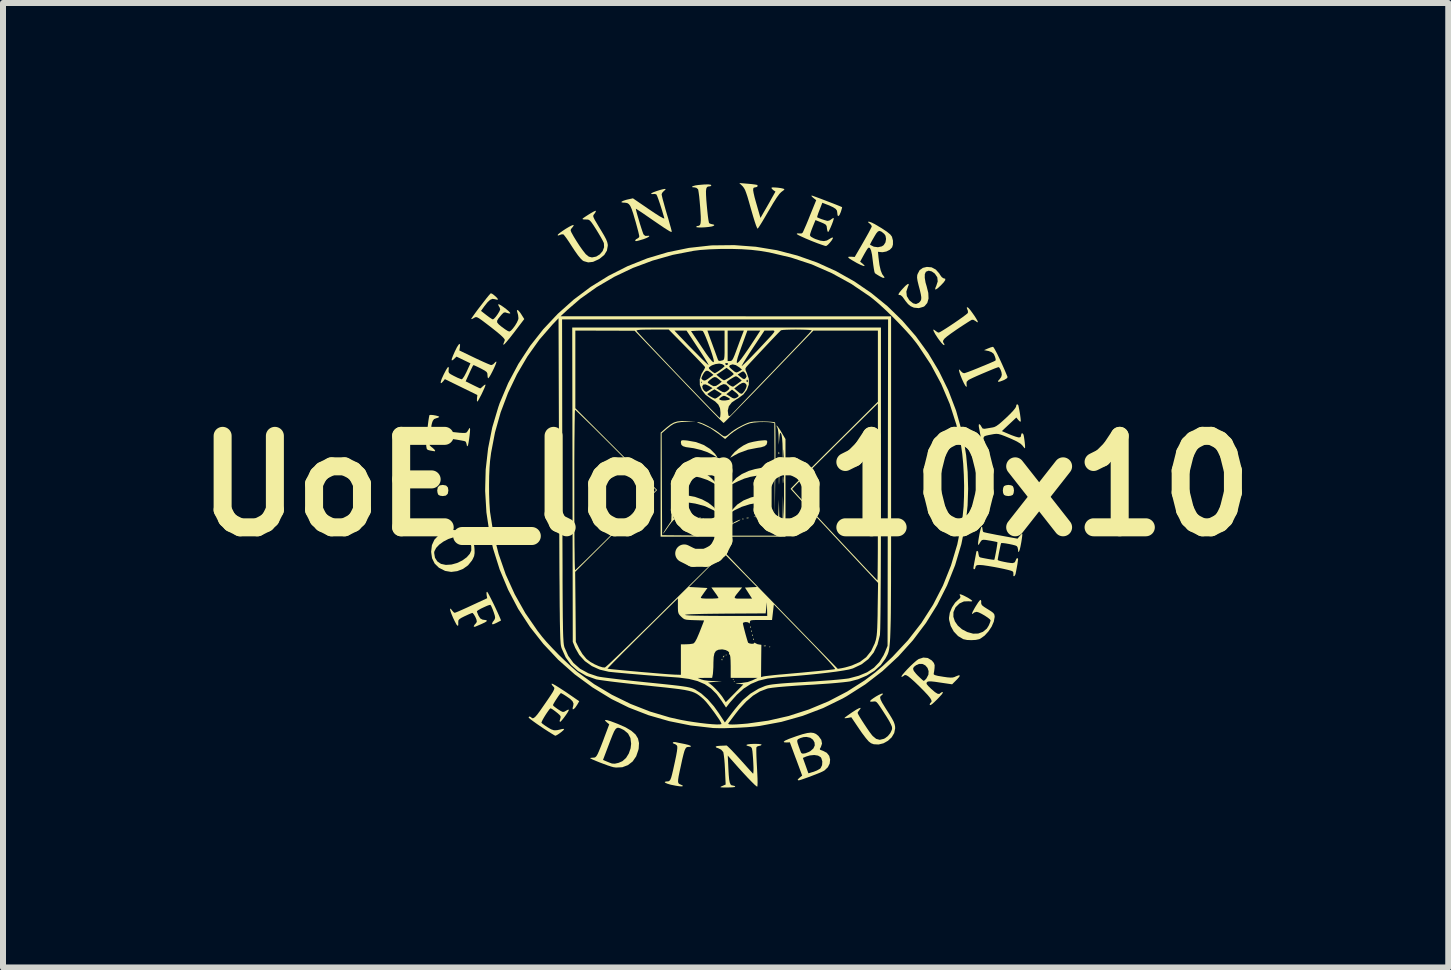
<source format=kicad_pcb>
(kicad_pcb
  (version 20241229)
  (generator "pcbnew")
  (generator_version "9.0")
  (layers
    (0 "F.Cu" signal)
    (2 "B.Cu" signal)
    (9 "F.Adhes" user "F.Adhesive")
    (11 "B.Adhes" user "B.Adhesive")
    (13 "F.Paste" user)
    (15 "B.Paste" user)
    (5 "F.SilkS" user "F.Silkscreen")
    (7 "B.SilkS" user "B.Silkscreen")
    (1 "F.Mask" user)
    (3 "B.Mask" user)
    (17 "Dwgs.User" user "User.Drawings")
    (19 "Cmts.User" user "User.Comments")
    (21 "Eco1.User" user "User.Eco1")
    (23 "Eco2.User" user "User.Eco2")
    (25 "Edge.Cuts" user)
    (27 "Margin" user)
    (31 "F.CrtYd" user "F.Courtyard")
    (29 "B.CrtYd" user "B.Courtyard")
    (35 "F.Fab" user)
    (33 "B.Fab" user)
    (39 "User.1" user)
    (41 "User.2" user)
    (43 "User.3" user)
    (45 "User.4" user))
  (footprint "UoE_logo10x10"
    (layer "F.Cu")
    (at 9.042 5.048)
    (property "Reference" "UoE_logo10x10" (at 0 0 0) (layer "F.SilkS") (effects (font (size 1.524 1.524) (thickness 0.3))))
    (attr board_only exclude_from_pos_files exclude_from_bom)
    (fp_poly (pts (xy -0.271 0.584) (xy -0.279 0.592) (xy -0.288 0.584) (xy -0.279 0.575)) (stroke (width 0) (type solid)) (fill yes) (layer "F.SilkS"))
    (fp_poly (pts (xy -0.237 0.601) (xy -0.245 0.609) (xy -0.254 0.601) (xy -0.245 0.592)) (stroke (width 0) (type solid)) (fill yes) (layer "F.SilkS"))
    (fp_poly (pts (xy 0.017 2.818) (xy 0.008 2.826) (xy 0 2.818) (xy 0.008 2.809)) (stroke (width 0) (type solid)) (fill yes) (layer "F.SilkS"))
    (fp_poly (pts (xy 0.135 3.224) (xy 0.127 3.232) (xy 0.118 3.224) (xy 0.127 3.215)) (stroke (width 0) (type solid)) (fill yes) (layer "F.SilkS"))
    (fp_poly (pts (xy 0.152 3.257) (xy 0.144 3.266) (xy 0.135 3.257) (xy 0.144 3.249)) (stroke (width 0) (type solid)) (fill yes) (layer "F.SilkS"))
    (fp_poly (pts (xy 0.745 2.682) (xy 0.736 2.691) (xy 0.728 2.682) (xy 0.736 2.674)) (stroke (width 0) (type solid)) (fill yes) (layer "F.SilkS"))
    (fp_poly (pts (xy -0.749 0.531) (xy -0.754 0.539) (xy -0.771 0.54) (xy -0.789 0.536) (xy -0.782 0.53) (xy -0.755 0.528)) (stroke (width 0) (type solid)) (fill yes) (layer "F.SilkS"))
    (fp_poly (pts (xy -0.411 0.531) (xy -0.416 0.539) (xy -0.433 0.54) (xy -0.451 0.536) (xy -0.443 0.53) (xy -0.417 0.528)) (stroke (width 0) (type solid)) (fill yes) (layer "F.SilkS"))
    (fp_poly (pts (xy -0.361 0.547) (xy -0.363 0.557) (xy -0.372 0.558) (xy -0.386 0.552) (xy -0.384 0.547) (xy -0.363 0.545)) (stroke (width 0) (type solid)) (fill yes) (layer "F.SilkS"))
    (fp_poly (pts (xy -0.31 0.564) (xy -0.313 0.574) (xy -0.322 0.575) (xy -0.335 0.569) (xy -0.333 0.564) (xy -0.313 0.562)) (stroke (width 0) (type solid)) (fill yes) (layer "F.SilkS"))
    (fp_poly (pts (xy -0.056 2.882) (xy -0.054 2.902) (xy -0.056 2.905) (xy -0.066 2.903) (xy -0.068 2.894) (xy -0.061 2.88)) (stroke (width 0) (type solid)) (fill yes) (layer "F.SilkS"))
    (fp_poly (pts (xy 0.299 0.547) (xy 0.297 0.557) (xy 0.288 0.558) (xy 0.274 0.552) (xy 0.276 0.547) (xy 0.296 0.545)) (stroke (width 0) (type solid)) (fill yes) (layer "F.SilkS"))
    (fp_poly (pts (xy 0.385 0.531) (xy 0.38 0.539) (xy 0.362 0.54) (xy 0.344 0.536) (xy 0.352 0.53) (xy 0.379 0.528)) (stroke (width 0) (type solid)) (fill yes) (layer "F.SilkS"))
    (fp_poly (pts (xy 0.417 2.341) (xy 0.419 2.361) (xy 0.417 2.363) (xy 0.407 2.361) (xy 0.406 2.352) (xy 0.412 2.338)) (stroke (width 0) (type solid)) (fill yes) (layer "F.SilkS"))
    (fp_poly (pts (xy 0.434 2.409) (xy 0.436 2.429) (xy 0.434 2.431) (xy 0.424 2.429) (xy 0.423 2.42) (xy 0.429 2.406)) (stroke (width 0) (type solid)) (fill yes) (layer "F.SilkS"))
    (fp_poly (pts (xy 0.451 2.476) (xy 0.453 2.496) (xy 0.451 2.499) (xy 0.441 2.497) (xy 0.44 2.488) (xy 0.446 2.474)) (stroke (width 0) (type solid)) (fill yes) (layer "F.SilkS"))
    (fp_poly (pts (xy 0.468 2.544) (xy 0.47 2.564) (xy 0.468 2.567) (xy 0.458 2.564) (xy 0.457 2.555) (xy 0.463 2.541)) (stroke (width 0) (type solid)) (fill yes) (layer "F.SilkS"))
    (fp_poly (pts (xy 0.672 2.663) (xy 0.667 2.671) (xy 0.65 2.672) (xy 0.632 2.668) (xy 0.64 2.662) (xy 0.666 2.66)) (stroke (width 0) (type solid)) (fill yes) (layer "F.SilkS"))
    (fp_poly (pts (xy 0.715 0.53) (xy 0.717 0.536) (xy 0.694 0.539) (xy 0.67 0.536) (xy 0.673 0.53) (xy 0.707 0.528)) (stroke (width 0) (type solid)) (fill yes) (layer "F.SilkS"))
    (fp_poly (pts (xy 0.892 -0.562) (xy 0.894 -0.535) (xy 0.89 -0.529) (xy 0.882 -0.534) (xy 0.881 -0.551) (xy 0.885 -0.569)) (stroke (width 0) (type solid)) (fill yes) (layer "F.SilkS"))
    (fp_poly (pts (xy 0.843 0.599) (xy 0.862 0.616) (xy 0.858 0.626) (xy 0.856 0.626) (xy 0.841 0.614) (xy 0.836 0.607) (xy 0.834 0.595)) (stroke (width 0) (type solid)) (fill yes) (layer "F.SilkS"))
    (fp_poly (pts (xy -0.554 0.513) (xy -0.547 0.517) (xy -0.569 0.519) (xy -0.601 0.52) (xy -0.639 0.518) (xy -0.65 0.515) (xy -0.639 0.512) (xy -0.589 0.51)) (stroke (width 0) (type solid)) (fill yes) (layer "F.SilkS"))
    (fp_poly (pts (xy -0.191 0.625) (xy -0.158 0.646) (xy -0.144 0.66) (xy -0.137 0.675) (xy -0.151 0.669) (xy -0.186 0.642) (xy -0.212 0.62) (xy -0.211 0.616)) (stroke (width 0) (type solid)) (fill yes) (layer "F.SilkS"))
    (fp_poly (pts (xy -0.022 2.837) (xy -0.025 2.843) (xy -0.041 2.859) (xy -0.044 2.86) (xy -0.045 2.849) (xy -0.042 2.843) (xy -0.026 2.827) (xy -0.023 2.826)) (stroke (width 0) (type solid)) (fill yes) (layer "F.SilkS"))
    (fp_poly (pts (xy 0.079 0.652) (xy 0.07 0.664) (xy 0.045 0.69) (xy 0.034 0.69) (xy 0.034 0.687) (xy 0.045 0.673) (xy 0.063 0.658) (xy 0.084 0.643)) (stroke (width 0) (type solid)) (fill yes) (layer "F.SilkS"))
    (fp_poly (pts (xy 0.571 0.512) (xy 0.582 0.516) (xy 0.562 0.519) (xy 0.525 0.52) (xy 0.483 0.518) (xy 0.467 0.516) (xy 0.478 0.512) (xy 0.533 0.51)) (stroke (width 0) (type solid)) (fill yes) (layer "F.SilkS"))
    (fp_poly (pts (xy 0.96 -0.148) (xy 0.963 -0.093) (xy 0.96 -0.055) (xy 0.956 -0.044) (xy 0.954 -0.064) (xy 0.953 -0.102) (xy 0.954 -0.143) (xy 0.956 -0.159)) (stroke (width 0) (type solid)) (fill yes) (layer "F.SilkS"))
    (fp_poly (pts (xy 0.821 0.548) (xy 0.829 0.558) (xy 0.826 0.574) (xy 0.825 0.574) (xy 0.808 0.567) (xy 0.787 0.558) (xy 0.764 0.547) (xy 0.773 0.543) (xy 0.791 0.543)) (stroke (width 0) (type solid)) (fill yes) (layer "F.SilkS"))
    (fp_poly (pts (xy 0.247 0.563) (xy 0.237 0.573) (xy 0.204 0.592) (xy 0.177 0.606) (xy 0.134 0.625) (xy 0.107 0.635) (xy 0.102 0.635) (xy 0.115 0.623) (xy 0.148 0.603) (xy 0.188 0.583) (xy 0.225 0.567) (xy 0.246 0.562)) (stroke (width 0) (type solid)) (fill yes) (layer "F.SilkS"))
    (fp_poly (pts (xy -4.658 -0.007) (xy -4.628 0.025) (xy -4.62 0.076) (xy -4.63 0.131) (xy -4.662 0.161) (xy -4.713 0.169) (xy -4.757 0.163) (xy -4.786 0.149) (xy -4.8 0.118) (xy -4.806 0.076) (xy -4.796 0.021) (xy -4.764 -0.009) (xy -4.713 -0.017)) (stroke (width 0) (type solid)) (fill yes) (layer "F.SilkS"))
    (fp_poly (pts (xy -0.023 -0.326) (xy -0.021 -0.3) (xy -0.019 -0.212) (xy -0.019 -0.113) (xy -0.021 -0.038) (xy -0.023 -0.01) (xy -0.025 -0.013) (xy -0.026 -0.045) (xy -0.027 -0.103) (xy -0.027 -0.169) (xy -0.027 -0.248) (xy -0.026 -0.301) (xy -0.025 -0.328)) (stroke (width 0) (type solid)) (fill yes) (layer "F.SilkS"))
    (fp_poly (pts (xy 0.892 -0.281) (xy 0.893 -0.266) (xy 0.895 -0.185) (xy 0.894 -0.098) (xy 0.892 -0.046) (xy 0.89 -0.023) (xy 0.889 -0.031) (xy 0.887 -0.067) (xy 0.887 -0.129) (xy 0.887 -0.161) (xy 0.887 -0.231) (xy 0.888 -0.276) (xy 0.89 -0.294)) (stroke (width 0) (type solid)) (fill yes) (layer "F.SilkS"))
    (fp_poly (pts (xy 4.757 -0.011) (xy 4.786 0.003) (xy 4.8 0.034) (xy 4.806 0.076) (xy 4.8 0.12) (xy 4.786 0.149) (xy 4.755 0.163) (xy 4.713 0.169) (xy 4.669 0.163) (xy 4.64 0.149) (xy 4.625 0.118) (xy 4.62 0.076) (xy 4.626 0.032) (xy 4.64 0.003) (xy 4.671 -0.011) (xy 4.713 -0.017)) (stroke (width 0) (type solid)) (fill yes) (layer "F.SilkS"))
    (fp_poly (pts (xy -0.037 0.649) (xy -0.034 0.698) (xy -0.028 0.718) (xy -0.015 0.717) (xy -0.004 0.709) (xy 0.013 0.697) (xy 0.007 0.707) (xy -0.007 0.724) (xy -0.031 0.751) (xy -0.042 0.761) (xy -0.054 0.75) (xy -0.079 0.722) (xy -0.086 0.715) (xy -0.109 0.688) (xy -0.11 0.684) (xy -0.09 0.7) (xy -0.053 0.731) (xy -0.046 0.649) (xy -0.04 0.567)) (stroke (width 0) (type solid)) (fill yes) (layer "F.SilkS"))
    (fp_poly (pts (xy 0.671 -0.301) (xy 0.689 -0.287) (xy 0.694 -0.264) (xy 0.689 -0.232) (xy 0.67 -0.208) (xy 0.632 -0.191) (xy 0.569 -0.178) (xy 0.525 -0.171) (xy 0.41 -0.151) (xy 0.311 -0.122) (xy 0.21 -0.079) (xy 0.171 -0.06) (xy 0.083 -0.015) (xy 0.109 -0.056) (xy 0.177 -0.132) (xy 0.271 -0.198) (xy 0.384 -0.25) (xy 0.488 -0.28) (xy 0.575 -0.297) (xy 0.635 -0.304)) (stroke (width 0) (type solid)) (fill yes) (layer "F.SilkS"))
    (fp_poly (pts (xy 0.677 0.154) (xy 0.69 0.162) (xy 0.694 0.181) (xy 0.694 0.19) (xy 0.688 0.227) (xy 0.667 0.251) (xy 0.625 0.267) (xy 0.555 0.278) (xy 0.541 0.28) (xy 0.404 0.305) (xy 0.268 0.348) (xy 0.153 0.403) (xy 0.077 0.448) (xy 0.115 0.394) (xy 0.194 0.311) (xy 0.299 0.242) (xy 0.424 0.191) (xy 0.564 0.161) (xy 0.586 0.159) (xy 0.644 0.153)) (stroke (width 0) (type solid)) (fill yes) (layer "F.SilkS"))
    (fp_poly (pts (xy -0.662 0.156) (xy -0.634 0.159) (xy -0.511 0.182) (xy -0.393 0.224) (xy -0.289 0.28) (xy -0.205 0.347) (xy -0.161 0.399) (xy -0.143 0.428) (xy -0.143 0.437) (xy -0.164 0.427) (xy -0.201 0.405) (xy -0.342 0.338) (xy -0.506 0.294) (xy -0.565 0.285) (xy -0.646 0.273) (xy -0.698 0.259) (xy -0.729 0.241) (xy -0.742 0.217) (xy -0.745 0.19) (xy -0.743 0.168) (xy -0.734 0.156) (xy -0.71 0.153)) (stroke (width 0) (type solid)) (fill yes) (layer "F.SilkS"))
    (fp_poly (pts (xy 0.677 -0.76) (xy 0.691 -0.751) (xy 0.694 -0.733) (xy 0.694 -0.731) (xy 0.684 -0.691) (xy 0.651 -0.663) (xy 0.591 -0.644) (xy 0.532 -0.635) (xy 0.373 -0.604) (xy 0.221 -0.548) (xy 0.154 -0.513) (xy 0.076 -0.468) (xy 0.103 -0.509) (xy 0.151 -0.564) (xy 0.219 -0.622) (xy 0.296 -0.674) (xy 0.371 -0.711) (xy 0.393 -0.719) (xy 0.462 -0.736) (xy 0.543 -0.751) (xy 0.588 -0.756) (xy 0.646 -0.761)) (stroke (width 0) (type solid)) (fill yes) (layer "F.SilkS"))
    (fp_poly (pts (xy -0.621 -0.296) (xy -0.539 -0.28) (xy -0.429 -0.25) (xy -0.34 -0.209) (xy -0.259 -0.148) (xy -0.212 -0.103) (xy -0.167 -0.054) (xy -0.147 -0.026) (xy -0.154 -0.021) (xy -0.186 -0.036) (xy -0.212 -0.052) (xy -0.305 -0.1) (xy -0.42 -0.139) (xy -0.547 -0.167) (xy -0.573 -0.171) (xy -0.652 -0.184) (xy -0.703 -0.199) (xy -0.731 -0.218) (xy -0.743 -0.245) (xy -0.745 -0.264) (xy -0.739 -0.288) (xy -0.72 -0.301) (xy -0.682 -0.304)) (stroke (width 0) (type solid)) (fill yes) (layer "F.SilkS"))
    (fp_poly (pts (xy -0.662 -0.759) (xy -0.636 -0.756) (xy -0.494 -0.731) (xy -0.366 -0.683) (xy -0.258 -0.616) (xy -0.174 -0.532) (xy -0.168 -0.523) (xy -0.146 -0.491) (xy -0.141 -0.478) (xy -0.158 -0.484) (xy -0.199 -0.509) (xy -0.212 -0.517) (xy -0.302 -0.562) (xy -0.413 -0.6) (xy -0.529 -0.628) (xy -0.584 -0.636) (xy -0.661 -0.647) (xy -0.71 -0.662) (xy -0.736 -0.684) (xy -0.744 -0.716) (xy -0.745 -0.722) (xy -0.743 -0.746) (xy -0.734 -0.758) (xy -0.71 -0.762)) (stroke (width 0) (type solid)) (fill yes) (layer "F.SilkS"))
    (fp_poly (pts (xy -0.883 0.265) (xy -0.882 0.368) (xy -0.88 0.442) (xy -0.876 0.492) (xy -0.871 0.523) (xy -0.863 0.539) (xy -0.853 0.546) (xy -0.85 0.547) (xy -0.832 0.553) (xy -0.846 0.556) (xy -0.848 0.556) (xy -0.869 0.571) (xy -0.902 0.607) (xy -0.941 0.658) (xy -0.954 0.677) (xy -0.991 0.731) (xy -1.021 0.772) (xy -1.039 0.794) (xy -1.041 0.795) (xy -1.037 0.783) (xy -1.017 0.749) (xy -0.986 0.701) (xy -0.978 0.69) (xy -0.905 0.584) (xy -0.887 -0.008)) (stroke (width 0) (type solid)) (fill yes) (layer "F.SilkS"))
    (fp_poly (pts (xy -0.246 -5.019) (xy -0.237 -5.009) (xy -0.251 -4.995) (xy -0.269 -4.992) (xy -0.294 -4.989) (xy -0.311 -4.978) (xy -0.322 -4.954) (xy -0.327 -4.913) (xy -0.326 -4.851) (xy -0.321 -4.763) (xy -0.313 -4.671) (xy -0.304 -4.577) (xy -0.295 -4.495) (xy -0.286 -4.431) (xy -0.278 -4.39) (xy -0.274 -4.379) (xy -0.246 -4.366) (xy -0.223 -4.361) (xy -0.191 -4.353) (xy -0.191 -4.339) (xy -0.222 -4.326) (xy -0.224 -4.325) (xy -0.28 -4.316) (xy -0.342 -4.31) (xy -0.403 -4.307) (xy -0.454 -4.308) (xy -0.485 -4.312) (xy -0.491 -4.316) (xy -0.477 -4.331) (xy -0.467 -4.332) (xy -0.444 -4.336) (xy -0.427 -4.349) (xy -0.417 -4.377) (xy -0.413 -4.424) (xy -0.414 -4.494) (xy -0.42 -4.591) (xy -0.424 -4.648) (xy -0.432 -4.742) (xy -0.44 -4.825) (xy -0.449 -4.891) (xy -0.456 -4.934) (xy -0.46 -4.945) (xy -0.487 -4.968) (xy -0.517 -4.975) (xy -0.553 -4.978) (xy -0.56 -4.987) (xy -0.542 -4.997) (xy -0.503 -5.008) (xy -0.454 -5.015) (xy -0.353 -5.024) (xy -0.284 -5.025)) (stroke (width 0) (type solid)) (fill yes) (layer "F.SilkS"))
    (fp_poly (pts (xy -4.429 0.746) (xy -4.335 0.788) (xy -4.256 0.858) (xy -4.236 0.885) (xy -4.205 0.94) (xy -4.189 1.002) (xy -4.184 1.055) (xy -4.183 1.12) (xy -4.191 1.169) (xy -4.213 1.218) (xy -4.228 1.244) (xy -4.292 1.323) (xy -4.376 1.383) (xy -4.472 1.42) (xy -4.573 1.433) (xy -4.669 1.417) (xy -4.678 1.414) (xy -4.778 1.363) (xy -4.849 1.293) (xy -4.892 1.205) (xy -4.905 1.115) (xy -4.857 1.115) (xy -4.843 1.197) (xy -4.804 1.258) (xy -4.743 1.299) (xy -4.663 1.316) (xy -4.568 1.31) (xy -4.474 1.284) (xy -4.387 1.242) (xy -4.314 1.189) (xy -4.262 1.13) (xy -4.238 1.075) (xy -4.239 1) (xy -4.269 0.935) (xy -4.322 0.883) (xy -4.393 0.853) (xy -4.448 0.846) (xy -4.533 0.856) (xy -4.619 0.884) (xy -4.7 0.926) (xy -4.771 0.977) (xy -4.824 1.033) (xy -4.853 1.09) (xy -4.857 1.115) (xy -4.905 1.115) (xy -4.907 1.098) (xy -4.907 1.095) (xy -4.894 0.986) (xy -4.853 0.896) (xy -4.784 0.824) (xy -4.686 0.769) (xy -4.64 0.752) (xy -4.533 0.734)) (stroke (width 0) (type solid)) (fill yes) (layer "F.SilkS"))
    (fp_poly (pts (xy 4.048 -2.965) (xy 4.077 -2.932) (xy 4.111 -2.886) (xy 4.147 -2.835) (xy 4.178 -2.786) (xy 4.199 -2.748) (xy 4.205 -2.727) (xy 4.204 -2.727) (xy 4.188 -2.731) (xy 4.164 -2.749) (xy 4.129 -2.768) (xy 4.104 -2.769) (xy 4.081 -2.756) (xy 4.036 -2.728) (xy 3.974 -2.688) (xy 3.899 -2.639) (xy 3.849 -2.605) (xy 3.757 -2.541) (xy 3.691 -2.492) (xy 3.648 -2.455) (xy 3.627 -2.426) (xy 3.623 -2.402) (xy 3.634 -2.38) (xy 3.64 -2.374) (xy 3.648 -2.353) (xy 3.642 -2.346) (xy 3.626 -2.354) (xy 3.596 -2.385) (xy 3.558 -2.434) (xy 3.537 -2.463) (xy 3.494 -2.529) (xy 3.469 -2.576) (xy 3.46 -2.602) (xy 3.47 -2.605) (xy 3.5 -2.584) (xy 3.5 -2.583) (xy 3.532 -2.561) (xy 3.551 -2.555) (xy 3.573 -2.564) (xy 3.617 -2.59) (xy 3.676 -2.627) (xy 3.745 -2.672) (xy 3.818 -2.721) (xy 3.889 -2.77) (xy 3.952 -2.815) (xy 4.002 -2.852) (xy 4.032 -2.877) (xy 4.038 -2.885) (xy 4.038 -2.917) (xy 4.028 -2.943) (xy 4.018 -2.97) (xy 4.029 -2.978) (xy 4.031 -2.978)) (stroke (width 0) (type solid)) (fill yes) (layer "F.SilkS"))
    (fp_poly (pts (xy -0.833 4.27) (xy -0.792 4.279) (xy -0.732 4.291) (xy -0.681 4.301) (xy -0.622 4.315) (xy -0.586 4.329) (xy -0.575 4.34) (xy -0.593 4.348) (xy -0.618 4.349) (xy -0.639 4.351) (xy -0.656 4.36) (xy -0.671 4.381) (xy -0.686 4.417) (xy -0.702 4.474) (xy -0.722 4.555) (xy -0.744 4.658) (xy -0.767 4.763) (xy -0.783 4.841) (xy -0.791 4.895) (xy -0.792 4.931) (xy -0.786 4.953) (xy -0.773 4.966) (xy -0.753 4.975) (xy -0.753 4.975) (xy -0.717 4.992) (xy -0.711 5.002) (xy -0.73 5.007) (xy -0.771 5.005) (xy -0.83 4.996) (xy -0.904 4.981) (xy -0.91 4.98) (xy -0.969 4.963) (xy -1.005 4.947) (xy -1.015 4.934) (xy -0.996 4.926) (xy -0.973 4.924) (xy -0.952 4.923) (xy -0.936 4.914) (xy -0.921 4.895) (xy -0.907 4.861) (xy -0.892 4.807) (xy -0.874 4.73) (xy -0.851 4.625) (xy -0.845 4.598) (xy -0.824 4.497) (xy -0.811 4.424) (xy -0.805 4.374) (xy -0.805 4.342) (xy -0.812 4.325) (xy -0.813 4.323) (xy -0.842 4.302) (xy -0.857 4.298) (xy -0.878 4.287) (xy -0.88 4.279) (xy -0.866 4.268)) (stroke (width 0) (type solid)) (fill yes) (layer "F.SilkS"))
    (fp_poly (pts (xy 0.694 -1.073) (xy 0.761 -1.069) (xy 0.807 -1.064) (xy 0.824 -1.058) (xy 0.827 -1.038) (xy 0.829 -0.987) (xy 0.83 -0.91) (xy 0.831 -0.81) (xy 0.831 -0.689) (xy 0.831 -0.552) (xy 0.83 -0.402) (xy 0.829 -0.279) (xy 0.82 0.482) (xy 0.816 -0.283) (xy 0.812 -1.048) (xy 0.752 -1.059) (xy 0.706 -1.063) (xy 0.64 -1.065) (xy 0.565 -1.064) (xy 0.55 -1.063) (xy 0.469 -1.056) (xy 0.405 -1.044) (xy 0.342 -1.021) (xy 0.282 -0.993) (xy 0.208 -0.952) (xy 0.135 -0.904) (xy 0.076 -0.859) (xy 0.073 -0.856) (xy -0.008 -0.782) (xy -0.11 -0.863) (xy -0.253 -0.962) (xy -0.394 -1.029) (xy -0.432 -1.042) (xy -0.465 -1.055) (xy -0.472 -1.064) (xy -0.465 -1.065) (xy -0.425 -1.057) (xy -0.366 -1.034) (xy -0.295 -0.999) (xy -0.22 -0.958) (xy -0.15 -0.914) (xy -0.105 -0.881) (xy -0.06 -0.846) (xy -0.029 -0.827) (xy -0.003 -0.826) (xy 0.028 -0.843) (xy 0.072 -0.879) (xy 0.101 -0.903) (xy 0.145 -0.934) (xy 0.207 -0.972) (xy 0.276 -1.008) (xy 0.287 -1.014) (xy 0.343 -1.04) (xy 0.388 -1.057) (xy 0.431 -1.067) (xy 0.481 -1.073) (xy 0.549 -1.074) (xy 0.613 -1.075)) (stroke (width 0) (type solid)) (fill yes) (layer "F.SilkS"))
    (fp_poly (pts (xy 0.371 -5.036) (xy 0.438 -5.03) (xy 0.491 -5.023) (xy 0.523 -5.017) (xy 0.527 -5.016) (xy 0.536 -4.998) (xy 0.52 -4.982) (xy 0.49 -4.975) (xy 0.471 -4.971) (xy 0.461 -4.957) (xy 0.459 -4.929) (xy 0.467 -4.881) (xy 0.483 -4.811) (xy 0.51 -4.714) (xy 0.519 -4.683) (xy 0.581 -4.466) (xy 0.642 -4.572) (xy 0.685 -4.646) (xy 0.732 -4.728) (xy 0.767 -4.792) (xy 0.831 -4.905) (xy 0.794 -4.93) (xy 0.769 -4.954) (xy 0.764 -4.97) (xy 0.782 -4.975) (xy 0.821 -4.974) (xy 0.872 -4.97) (xy 0.922 -4.963) (xy 0.962 -4.954) (xy 0.981 -4.945) (xy 0.981 -4.944) (xy 0.968 -4.928) (xy 0.936 -4.904) (xy 0.929 -4.899) (xy 0.897 -4.867) (xy 0.851 -4.804) (xy 0.792 -4.711) (xy 0.719 -4.587) (xy 0.714 -4.579) (xy 0.662 -4.49) (xy 0.616 -4.412) (xy 0.577 -4.349) (xy 0.549 -4.306) (xy 0.534 -4.287) (xy 0.533 -4.287) (xy 0.524 -4.301) (xy 0.507 -4.342) (xy 0.485 -4.407) (xy 0.459 -4.491) (xy 0.431 -4.588) (xy 0.423 -4.615) (xy 0.39 -4.732) (xy 0.364 -4.821) (xy 0.342 -4.886) (xy 0.324 -4.933) (xy 0.306 -4.965) (xy 0.288 -4.989) (xy 0.279 -4.999) (xy 0.228 -5.048)) (stroke (width 0) (type solid)) (fill yes) (layer "F.SilkS"))
    (fp_poly (pts (xy 4.47 -2.304) (xy 4.494 -2.262) (xy 4.527 -2.2) (xy 4.565 -2.121) (xy 4.607 -2.03) (xy 4.65 -1.933) (xy 4.691 -1.835) (xy 4.699 -1.815) (xy 4.69 -1.796) (xy 4.653 -1.772) (xy 4.628 -1.76) (xy 4.571 -1.739) (xy 4.542 -1.735) (xy 4.54 -1.749) (xy 4.566 -1.778) (xy 4.593 -1.816) (xy 4.603 -1.853) (xy 4.597 -1.896) (xy 4.581 -1.94) (xy 4.562 -1.972) (xy 4.548 -1.98) (xy 4.526 -1.973) (xy 4.48 -1.956) (xy 4.417 -1.93) (xy 4.343 -1.899) (xy 4.265 -1.866) (xy 4.189 -1.833) (xy 4.123 -1.803) (xy 4.073 -1.779) (xy 4.047 -1.765) (xy 4.017 -1.735) (xy 4.015 -1.699) (xy 4.019 -1.66) (xy 4.012 -1.651) (xy 3.995 -1.67) (xy 3.97 -1.714) (xy 3.939 -1.781) (xy 3.91 -1.853) (xy 3.894 -1.905) (xy 3.889 -1.935) (xy 3.897 -1.94) (xy 3.918 -1.917) (xy 3.92 -1.913) (xy 3.951 -1.886) (xy 3.976 -1.878) (xy 3.999 -1.885) (xy 4.046 -1.901) (xy 4.111 -1.926) (xy 4.186 -1.956) (xy 4.266 -1.989) (xy 4.344 -2.021) (xy 4.412 -2.05) (xy 4.465 -2.073) (xy 4.495 -2.088) (xy 4.499 -2.091) (xy 4.501 -2.112) (xy 4.491 -2.149) (xy 4.474 -2.189) (xy 4.463 -2.206) (xy 4.431 -2.23) (xy 4.384 -2.248) (xy 4.373 -2.25) (xy 4.307 -2.263) (xy 4.37 -2.29) (xy 4.415 -2.308) (xy 4.451 -2.318) (xy 4.456 -2.318)) (stroke (width 0) (type solid)) (fill yes) (layer "F.SilkS"))
    (fp_poly (pts (xy -1.976 3.903) (xy -1.915 3.921) (xy -1.825 3.955) (xy -1.796 3.966) (xy -1.667 4.023) (xy -1.57 4.081) (xy -1.501 4.142) (xy -1.46 4.209) (xy -1.443 4.285) (xy -1.448 4.374) (xy -1.453 4.398) (xy -1.49 4.506) (xy -1.549 4.592) (xy -1.628 4.653) (xy -1.722 4.688) (xy -1.827 4.693) (xy -1.87 4.687) (xy -1.909 4.676) (xy -1.964 4.658) (xy -2.029 4.634) (xy -2.096 4.609) (xy -2.16 4.583) (xy -2.2 4.566) (xy -2.043 4.566) (xy -1.982 4.592) (xy -1.935 4.611) (xy -1.9 4.624) (xy -1.895 4.626) (xy -1.846 4.629) (xy -1.784 4.615) (xy -1.722 4.588) (xy -1.716 4.584) (xy -1.659 4.533) (xy -1.613 4.459) (xy -1.583 4.372) (xy -1.574 4.296) (xy -1.586 4.201) (xy -1.625 4.127) (xy -1.691 4.071) (xy -1.708 4.062) (xy -1.75 4.041) (xy -1.783 4.03) (xy -1.809 4.032) (xy -1.833 4.051) (xy -1.857 4.089) (xy -1.884 4.151) (xy -1.919 4.239) (xy -1.941 4.297) (xy -2.043 4.566) (xy -2.2 4.566) (xy -2.213 4.561) (xy -2.248 4.543) (xy -2.26 4.534) (xy -2.259 4.534) (xy -2.23 4.53) (xy -2.2 4.528) (xy -2.182 4.526) (xy -2.166 4.517) (xy -2.15 4.499) (xy -2.131 4.466) (xy -2.109 4.416) (xy -2.079 4.343) (xy -2.041 4.245) (xy -2.021 4.19) (xy -1.939 3.973) (xy -1.979 3.94) (xy -2.007 3.913) (xy -2.007 3.9)) (stroke (width 0) (type solid)) (fill yes) (layer "F.SilkS"))
    (fp_poly (pts (xy 3.433 -3.643) (xy 3.504 -3.605) (xy 3.562 -3.539) (xy 3.573 -3.52) (xy 3.6 -3.482) (xy 3.627 -3.462) (xy 3.633 -3.46) (xy 3.66 -3.453) (xy 3.661 -3.431) (xy 3.635 -3.393) (xy 3.588 -3.343) (xy 3.536 -3.295) (xy 3.504 -3.274) (xy 3.491 -3.278) (xy 3.499 -3.308) (xy 3.51 -3.331) (xy 3.535 -3.408) (xy 3.528 -3.477) (xy 3.487 -3.538) (xy 3.435 -3.575) (xy 3.384 -3.587) (xy 3.342 -3.571) (xy 3.337 -3.567) (xy 3.32 -3.529) (xy 3.319 -3.468) (xy 3.332 -3.39) (xy 3.351 -3.325) (xy 3.378 -3.216) (xy 3.382 -3.123) (xy 3.361 -3.049) (xy 3.317 -2.997) (xy 3.297 -2.985) (xy 3.22 -2.963) (xy 3.138 -2.971) (xy 3.084 -2.995) (xy 3.041 -3.03) (xy 2.999 -3.081) (xy 2.982 -3.105) (xy 2.949 -3.151) (xy 2.919 -3.178) (xy 2.906 -3.181) (xy 2.886 -3.183) (xy 2.88 -3.193) (xy 2.892 -3.216) (xy 2.924 -3.256) (xy 2.949 -3.284) (xy 2.995 -3.333) (xy 3.029 -3.361) (xy 3.049 -3.368) (xy 3.052 -3.351) (xy 3.038 -3.318) (xy 3.012 -3.238) (xy 3.02 -3.164) (xy 3.06 -3.097) (xy 3.07 -3.087) (xy 3.125 -3.043) (xy 3.173 -3.031) (xy 3.219 -3.051) (xy 3.234 -3.065) (xy 3.251 -3.086) (xy 3.26 -3.111) (xy 3.261 -3.146) (xy 3.253 -3.197) (xy 3.236 -3.27) (xy 3.217 -3.341) (xy 3.199 -3.416) (xy 3.191 -3.469) (xy 3.193 -3.508) (xy 3.199 -3.53) (xy 3.233 -3.595) (xy 3.287 -3.634) (xy 3.354 -3.65)) (stroke (width 0) (type solid)) (fill yes) (layer "F.SilkS"))
    (fp_poly (pts (xy 4.879 -1.342) (xy 4.881 -1.333) (xy 4.895 -1.264) (xy 4.907 -1.195) (xy 4.915 -1.134) (xy 4.919 -1.09) (xy 4.917 -1.07) (xy 4.902 -1.075) (xy 4.877 -1.1) (xy 4.876 -1.101) (xy 4.845 -1.14) (xy 4.604 -0.914) (xy 4.667 -0.887) (xy 4.762 -0.847) (xy 4.831 -0.822) (xy 4.878 -0.809) (xy 4.906 -0.81) (xy 4.92 -0.822) (xy 4.924 -0.846) (xy 4.924 -0.848) (xy 4.933 -0.876) (xy 4.951 -0.875) (xy 4.964 -0.856) (xy 4.971 -0.827) (xy 4.978 -0.78) (xy 4.985 -0.727) (xy 4.99 -0.676) (xy 4.991 -0.639) (xy 4.989 -0.626) (xy 4.975 -0.638) (xy 4.95 -0.668) (xy 4.946 -0.675) (xy 4.912 -0.706) (xy 4.854 -0.741) (xy 4.768 -0.782) (xy 4.726 -0.8) (xy 4.646 -0.833) (xy 4.589 -0.854) (xy 4.547 -0.865) (xy 4.513 -0.868) (xy 4.477 -0.865) (xy 4.459 -0.862) (xy 4.385 -0.848) (xy 4.338 -0.837) (xy 4.312 -0.826) (xy 4.301 -0.81) (xy 4.298 -0.788) (xy 4.298 -0.778) (xy 4.295 -0.738) (xy 4.285 -0.729) (xy 4.272 -0.747) (xy 4.258 -0.791) (xy 4.249 -0.833) (xy 4.237 -0.898) (xy 4.226 -0.955) (xy 4.22 -0.986) (xy 4.219 -1.022) (xy 4.231 -1.03) (xy 4.251 -1.009) (xy 4.262 -0.989) (xy 4.283 -0.957) (xy 4.315 -0.952) (xy 4.328 -0.954) (xy 4.376 -0.962) (xy 4.434 -0.972) (xy 4.443 -0.973) (xy 4.477 -0.981) (xy 4.512 -0.998) (xy 4.554 -1.028) (xy 4.609 -1.075) (xy 4.676 -1.136) (xy 4.74 -1.198) (xy 4.792 -1.253) (xy 4.826 -1.295) (xy 4.84 -1.319) (xy 4.84 -1.32) (xy 4.847 -1.353) (xy 4.864 -1.361)) (stroke (width 0) (type solid)) (fill yes) (layer "F.SilkS"))
    (fp_poly (pts (xy 2.619 3.459) (xy 2.617 3.476) (xy 2.602 3.488) (xy 2.582 3.504) (xy 2.575 3.527) (xy 2.584 3.562) (xy 2.609 3.612) (xy 2.653 3.684) (xy 2.671 3.713) (xy 2.73 3.805) (xy 2.772 3.874) (xy 2.8 3.927) (xy 2.816 3.969) (xy 2.824 4.005) (xy 2.826 4.039) (xy 2.81 4.118) (xy 2.768 4.189) (xy 2.706 4.247) (xy 2.631 4.289) (xy 2.55 4.309) (xy 2.47 4.305) (xy 2.424 4.288) (xy 2.386 4.259) (xy 2.336 4.201) (xy 2.272 4.116) (xy 2.232 4.058) (xy 2.095 3.855) (xy 2.037 3.866) (xy 1.999 3.871) (xy 1.98 3.869) (xy 1.98 3.868) (xy 1.993 3.855) (xy 2.028 3.829) (xy 2.079 3.793) (xy 2.108 3.773) (xy 2.175 3.73) (xy 2.222 3.705) (xy 2.247 3.698) (xy 2.249 3.709) (xy 2.228 3.737) (xy 2.206 3.766) (xy 2.2 3.782) (xy 2.209 3.804) (xy 2.233 3.847) (xy 2.269 3.905) (xy 2.311 3.97) (xy 2.355 4.036) (xy 2.397 4.097) (xy 2.433 4.145) (xy 2.451 4.167) (xy 2.509 4.215) (xy 2.568 4.231) (xy 2.636 4.215) (xy 2.658 4.204) (xy 2.704 4.169) (xy 2.745 4.119) (xy 2.77 4.066) (xy 2.775 4.039) (xy 2.771 4.011) (xy 2.755 3.973) (xy 2.727 3.919) (xy 2.684 3.848) (xy 2.623 3.753) (xy 2.616 3.742) (xy 2.571 3.674) (xy 2.539 3.629) (xy 2.516 3.603) (xy 2.496 3.592) (xy 2.474 3.591) (xy 2.457 3.594) (xy 2.418 3.596) (xy 2.406 3.586) (xy 2.407 3.585) (xy 2.424 3.566) (xy 2.46 3.539) (xy 2.506 3.509) (xy 2.554 3.482) (xy 2.594 3.464) (xy 2.617 3.458)) (stroke (width 0) (type solid)) (fill yes) (layer "F.SilkS"))
    (fp_poly (pts (xy -4.874 -1.181) (xy -4.829 -1.173) (xy -4.791 -1.163) (xy -4.772 -1.153) (xy -4.772 -1.152) (xy -4.787 -1.139) (xy -4.822 -1.128) (xy -4.822 -1.128) (xy -4.858 -1.114) (xy -4.88 -1.084) (xy -4.892 -1.051) (xy -4.903 -1.003) (xy -4.904 -0.966) (xy -4.903 -0.96) (xy -4.888 -0.949) (xy -4.851 -0.939) (xy -4.788 -0.927) (xy -4.697 -0.915) (xy -4.611 -0.905) (xy -4.507 -0.894) (xy -4.432 -0.886) (xy -4.38 -0.883) (xy -4.346 -0.883) (xy -4.326 -0.887) (xy -4.313 -0.895) (xy -4.305 -0.905) (xy -4.284 -0.938) (xy -4.276 -0.954) (xy -4.264 -0.966) (xy -4.261 -0.965) (xy -4.258 -0.944) (xy -4.26 -0.901) (xy -4.266 -0.844) (xy -4.274 -0.782) (xy -4.283 -0.725) (xy -4.292 -0.681) (xy -4.3 -0.661) (xy -4.301 -0.66) (xy -4.313 -0.674) (xy -4.315 -0.692) (xy -4.326 -0.728) (xy -4.337 -0.742) (xy -4.359 -0.749) (xy -4.406 -0.758) (xy -4.473 -0.77) (xy -4.552 -0.782) (xy -4.638 -0.794) (xy -4.723 -0.806) (xy -4.8 -0.815) (xy -4.863 -0.822) (xy -4.904 -0.825) (xy -4.918 -0.824) (xy -4.924 -0.806) (xy -4.931 -0.767) (xy -4.934 -0.75) (xy -4.938 -0.704) (xy -4.929 -0.674) (xy -4.9 -0.647) (xy -4.892 -0.642) (xy -4.857 -0.611) (xy -4.84 -0.588) (xy -4.845 -0.577) (xy -4.852 -0.578) (xy -4.876 -0.582) (xy -4.918 -0.589) (xy -4.924 -0.59) (xy -4.962 -0.6) (xy -4.98 -0.617) (xy -4.987 -0.654) (xy -4.989 -0.673) (xy -4.989 -0.712) (xy -4.985 -0.773) (xy -4.979 -0.848) (xy -4.971 -0.929) (xy -4.962 -1.01) (xy -4.953 -1.083) (xy -4.944 -1.14) (xy -4.937 -1.174) (xy -4.934 -1.181) (xy -4.913 -1.184)) (stroke (width 0) (type solid)) (fill yes) (layer "F.SilkS"))
    (fp_poly (pts (xy 3.922 1.808) (xy 3.96 1.823) (xy 4.007 1.847) (xy 4.054 1.873) (xy 4.092 1.898) (xy 4.111 1.916) (xy 4.112 1.918) (xy 4.097 1.925) (xy 4.061 1.923) (xy 4.049 1.922) (xy 3.971 1.925) (xy 3.897 1.959) (xy 3.836 2.019) (xy 3.829 2.029) (xy 3.797 2.103) (xy 3.796 2.181) (xy 3.821 2.257) (xy 3.87 2.328) (xy 3.94 2.389) (xy 4.028 2.435) (xy 4.125 2.462) (xy 4.21 2.46) (xy 4.289 2.431) (xy 4.353 2.378) (xy 4.384 2.329) (xy 4.404 2.282) (xy 4.415 2.248) (xy 4.416 2.24) (xy 4.403 2.222) (xy 4.368 2.194) (xy 4.32 2.162) (xy 4.268 2.132) (xy 4.221 2.109) (xy 4.188 2.099) (xy 4.185 2.098) (xy 4.147 2.108) (xy 4.133 2.118) (xy 4.111 2.135) (xy 4.106 2.127) (xy 4.118 2.095) (xy 4.146 2.043) (xy 4.166 2.009) (xy 4.208 1.943) (xy 4.236 1.907) (xy 4.253 1.899) (xy 4.26 1.919) (xy 4.259 1.941) (xy 4.261 1.967) (xy 4.275 1.99) (xy 4.308 2.016) (xy 4.363 2.051) (xy 4.37 2.055) (xy 4.427 2.091) (xy 4.461 2.117) (xy 4.478 2.141) (xy 4.483 2.168) (xy 4.484 2.183) (xy 4.47 2.26) (xy 4.434 2.344) (xy 4.38 2.425) (xy 4.316 2.495) (xy 4.247 2.544) (xy 4.225 2.554) (xy 4.169 2.566) (xy 4.097 2.57) (xy 4.024 2.567) (xy 3.966 2.555) (xy 3.96 2.553) (xy 3.874 2.502) (xy 3.802 2.426) (xy 3.751 2.333) (xy 3.725 2.233) (xy 3.723 2.199) (xy 3.736 2.113) (xy 3.773 2.024) (xy 3.825 1.945) (xy 3.868 1.904) (xy 3.905 1.871) (xy 3.915 1.848) (xy 3.91 1.837) (xy 3.9 1.813) (xy 3.903 1.805)) (stroke (width 0) (type solid)) (fill yes) (layer "F.SilkS"))
    (fp_poly (pts (xy 2.397 -4.402) (xy 2.434 -4.389) (xy 2.484 -4.364) (xy 2.486 -4.363) (xy 2.602 -4.294) (xy 2.688 -4.237) (xy 2.745 -4.19) (xy 2.772 -4.154) (xy 2.789 -4.089) (xy 2.789 -4.022) (xy 2.775 -3.976) (xy 2.737 -3.936) (xy 2.68 -3.907) (xy 2.617 -3.895) (xy 2.596 -3.896) (xy 2.539 -3.902) (xy 2.548 -3.808) (xy 2.564 -3.683) (xy 2.585 -3.591) (xy 2.61 -3.529) (xy 2.625 -3.509) (xy 2.647 -3.479) (xy 2.643 -3.466) (xy 2.614 -3.471) (xy 2.567 -3.495) (xy 2.524 -3.521) (xy 2.493 -3.542) (xy 2.488 -3.547) (xy 2.48 -3.569) (xy 2.471 -3.617) (xy 2.461 -3.684) (xy 2.453 -3.748) (xy 2.44 -3.853) (xy 2.424 -3.925) (xy 2.406 -3.964) (xy 2.386 -3.973) (xy 2.365 -3.954) (xy 2.346 -3.924) (xy 2.318 -3.876) (xy 2.293 -3.831) (xy 2.242 -3.737) (xy 2.283 -3.704) (xy 2.313 -3.676) (xy 2.315 -3.664) (xy 2.294 -3.667) (xy 2.25 -3.684) (xy 2.186 -3.716) (xy 2.176 -3.722) (xy 2.103 -3.764) (xy 2.058 -3.793) (xy 2.042 -3.811) (xy 2.051 -3.819) (xy 2.084 -3.82) (xy 2.091 -3.82) (xy 2.152 -3.816) (xy 2.27 -4.019) (xy 2.407 -4.019) (xy 2.47 -3.987) (xy 2.539 -3.978) (xy 2.603 -3.992) (xy 2.635 -4.013) (xy 2.664 -4.059) (xy 2.674 -4.116) (xy 2.665 -4.169) (xy 2.644 -4.2) (xy 2.6 -4.236) (xy 2.567 -4.25) (xy 2.539 -4.241) (xy 2.51 -4.207) (xy 2.472 -4.144) (xy 2.472 -4.143) (xy 2.44 -4.088) (xy 2.417 -4.045) (xy 2.407 -4.021) (xy 2.407 -4.019) (xy 2.27 -4.019) (xy 2.294 -4.061) (xy 2.341 -4.144) (xy 2.382 -4.217) (xy 2.413 -4.276) (xy 2.432 -4.314) (xy 2.436 -4.327) (xy 2.424 -4.351) (xy 2.403 -4.371) (xy 2.376 -4.393) (xy 2.376 -4.404)) (stroke (width 0) (type solid)) (fill yes) (layer "F.SilkS"))
    (fp_poly (pts (xy -2.162 -4.575) (xy -2.177 -4.547) (xy -2.181 -4.542) (xy -2.195 -4.525) (xy -2.204 -4.51) (xy -2.206 -4.494) (xy -2.198 -4.47) (xy -2.181 -4.435) (xy -2.15 -4.383) (xy -2.106 -4.309) (xy -2.075 -4.258) (xy -2.025 -4.174) (xy -1.992 -4.112) (xy -1.973 -4.065) (xy -1.964 -4.026) (xy -1.963 -4.004) (xy -1.978 -3.921) (xy -2.022 -3.849) (xy -2.098 -3.787) (xy -2.119 -3.775) (xy -2.209 -3.734) (xy -2.29 -3.725) (xy -2.364 -3.746) (xy -2.38 -3.755) (xy -2.414 -3.787) (xy -2.461 -3.844) (xy -2.518 -3.925) (xy -2.558 -3.986) (xy -2.605 -4.059) (xy -2.647 -4.121) (xy -2.681 -4.167) (xy -2.702 -4.191) (xy -2.706 -4.193) (xy -2.738 -4.192) (xy -2.76 -4.183) (xy -2.788 -4.173) (xy -2.8 -4.179) (xy -2.791 -4.193) (xy -2.76 -4.219) (xy -2.714 -4.252) (xy -2.662 -4.286) (xy -2.61 -4.317) (xy -2.567 -4.339) (xy -2.539 -4.349) (xy -2.538 -4.349) (xy -2.531 -4.339) (xy -2.55 -4.312) (xy -2.554 -4.308) (xy -2.578 -4.279) (xy -2.582 -4.255) (xy -2.567 -4.219) (xy -2.564 -4.215) (xy -2.528 -4.15) (xy -2.481 -4.074) (xy -2.431 -3.997) (xy -2.382 -3.928) (xy -2.341 -3.876) (xy -2.33 -3.862) (xy -2.279 -3.821) (xy -2.228 -3.808) (xy -2.226 -3.808) (xy -2.156 -3.822) (xy -2.095 -3.86) (xy -2.049 -3.914) (xy -2.025 -3.978) (xy -2.028 -4.043) (xy -2.03 -4.05) (xy -2.047 -4.086) (xy -2.077 -4.141) (xy -2.117 -4.209) (xy -2.156 -4.273) (xy -2.202 -4.345) (xy -2.235 -4.392) (xy -2.26 -4.421) (xy -2.281 -4.435) (xy -2.303 -4.44) (xy -2.325 -4.44) (xy -2.365 -4.441) (xy -2.385 -4.447) (xy -2.386 -4.449) (xy -2.373 -4.463) (xy -2.338 -4.487) (xy -2.292 -4.517) (xy -2.243 -4.547) (xy -2.199 -4.572) (xy -2.17 -4.585) (xy -2.165 -4.586)) (stroke (width 0) (type solid)) (fill yes) (layer "F.SilkS"))
    (fp_poly (pts (xy -3.974 1.764) (xy -3.963 1.779) (xy -3.941 1.819) (xy -3.911 1.877) (xy -3.877 1.945) (xy -3.841 2.019) (xy -3.807 2.092) (xy -3.778 2.156) (xy -3.756 2.207) (xy -3.744 2.237) (xy -3.744 2.243) (xy -3.76 2.252) (xy -3.797 2.271) (xy -3.82 2.283) (xy -3.865 2.303) (xy -3.887 2.306) (xy -3.892 2.295) (xy -3.88 2.265) (xy -3.867 2.251) (xy -3.846 2.218) (xy -3.841 2.191) (xy -3.847 2.158) (xy -3.863 2.108) (xy -3.883 2.054) (xy -3.903 2.008) (xy -3.918 1.982) (xy -3.937 1.984) (xy -3.976 1.998) (xy -4.025 2.02) (xy -4.076 2.044) (xy -4.118 2.068) (xy -4.142 2.085) (xy -4.145 2.09) (xy -4.137 2.115) (xy -4.12 2.156) (xy -4.115 2.166) (xy -4.088 2.208) (xy -4.054 2.227) (xy -4.032 2.231) (xy -3.994 2.236) (xy -3.978 2.244) (xy -3.984 2.257) (xy -4.014 2.276) (xy -4.072 2.303) (xy -4.159 2.34) (xy -4.176 2.347) (xy -4.195 2.346) (xy -4.197 2.339) (xy -4.185 2.315) (xy -4.171 2.301) (xy -4.15 2.273) (xy -4.146 2.258) (xy -4.153 2.224) (xy -4.171 2.182) (xy -4.194 2.143) (xy -4.214 2.119) (xy -4.221 2.116) (xy -4.244 2.124) (xy -4.288 2.143) (xy -4.344 2.169) (xy -4.349 2.171) (xy -4.406 2.2) (xy -4.438 2.222) (xy -4.453 2.242) (xy -4.455 2.267) (xy -4.455 2.28) (xy -4.455 2.322) (xy -4.465 2.332) (xy -4.485 2.31) (xy -4.514 2.255) (xy -4.542 2.197) (xy -4.57 2.13) (xy -4.587 2.08) (xy -4.592 2.05) (xy -4.585 2.044) (xy -4.565 2.065) (xy -4.557 2.077) (xy -4.532 2.105) (xy -4.515 2.115) (xy -4.495 2.108) (xy -4.45 2.09) (xy -4.385 2.061) (xy -4.305 2.025) (xy -4.236 1.993) (xy -3.973 1.871) (xy -3.983 1.815) (xy -3.985 1.775) (xy -3.975 1.763)) (stroke (width 0) (type solid)) (fill yes) (layer "F.SilkS"))
    (fp_poly (pts (xy 0.552 4.3) (xy 0.592 4.306) (xy 0.601 4.315) (xy 0.577 4.329) (xy 0.557 4.332) (xy 0.525 4.343) (xy 0.514 4.356) (xy 0.512 4.38) (xy 0.512 4.432) (xy 0.514 4.506) (xy 0.518 4.596) (xy 0.523 4.689) (xy 0.528 4.789) (xy 0.532 4.876) (xy 0.533 4.946) (xy 0.531 4.993) (xy 0.528 5.012) (xy 0.513 5.004) (xy 0.478 4.974) (xy 0.428 4.924) (xy 0.363 4.857) (xy 0.288 4.776) (xy 0.204 4.684) (xy 0.116 4.584) (xy 0.09 4.555) (xy 0.036 4.493) (xy 0.046 4.704) (xy 0.052 4.812) (xy 0.059 4.889) (xy 0.069 4.942) (xy 0.082 4.974) (xy 0.099 4.989) (xy 0.117 4.992) (xy 0.15 5) (xy 0.161 5.009) (xy 0.151 5.018) (xy 0.109 5.023) (xy 0.039 5.025) (xy 0.031 5.025) (xy -0.037 5.025) (xy -0.075 5.023) (xy -0.087 5.019) (xy -0.078 5.011) (xy -0.054 5) (xy 0.001 4.976) (xy -0.01 4.726) (xy -0.015 4.634) (xy -0.022 4.551) (xy -0.03 4.485) (xy -0.037 4.442) (xy -0.04 4.434) (xy -0.073 4.396) (xy -0.114 4.375) (xy -0.157 4.359) (xy -0.166 4.345) (xy -0.143 4.335) (xy -0.088 4.33) (xy -0.085 4.33) (xy -0.032 4.328) (xy 0.006 4.326) (xy 0.016 4.325) (xy 0.032 4.337) (xy 0.066 4.37) (xy 0.115 4.42) (xy 0.175 4.484) (xy 0.237 4.552) (xy 0.304 4.626) (xy 0.363 4.692) (xy 0.411 4.745) (xy 0.444 4.781) (xy 0.458 4.796) (xy 0.462 4.786) (xy 0.465 4.75) (xy 0.465 4.694) (xy 0.462 4.625) (xy 0.458 4.549) (xy 0.452 4.474) (xy 0.447 4.42) (xy 0.438 4.373) (xy 0.422 4.35) (xy 0.392 4.339) (xy 0.388 4.338) (xy 0.352 4.327) (xy 0.347 4.316) (xy 0.369 4.307) (xy 0.416 4.301) (xy 0.484 4.298) (xy 0.484 4.298)) (stroke (width 0) (type solid)) (fill yes) (layer "F.SilkS"))
    (fp_poly (pts (xy 1.468 4.117) (xy 1.507 4.134) (xy 1.543 4.163) (xy 1.55 4.17) (xy 1.595 4.232) (xy 1.607 4.294) (xy 1.587 4.354) (xy 1.583 4.36) (xy 1.57 4.383) (xy 1.576 4.397) (xy 1.608 4.409) (xy 1.625 4.415) (xy 1.687 4.448) (xy 1.727 4.499) (xy 1.742 4.561) (xy 1.735 4.626) (xy 1.704 4.688) (xy 1.65 4.74) (xy 1.624 4.755) (xy 1.584 4.774) (xy 1.525 4.798) (xy 1.455 4.825) (xy 1.382 4.853) (xy 1.314 4.877) (xy 1.258 4.896) (xy 1.223 4.906) (xy 1.216 4.907) (xy 1.202 4.899) (xy 1.201 4.897) (xy 1.213 4.881) (xy 1.239 4.857) (xy 1.276 4.827) (xy 1.174 4.55) (xy 1.167 4.533) (xy 1.288 4.533) (xy 1.334 4.661) (xy 1.355 4.72) (xy 1.371 4.765) (xy 1.38 4.788) (xy 1.38 4.789) (xy 1.396 4.785) (xy 1.434 4.773) (xy 1.466 4.764) (xy 1.522 4.742) (xy 1.568 4.716) (xy 1.583 4.704) (xy 1.608 4.653) (xy 1.612 4.592) (xy 1.595 4.536) (xy 1.583 4.519) (xy 1.54 4.494) (xy 1.477 4.484) (xy 1.405 4.491) (xy 1.346 4.508) (xy 1.288 4.533) (xy 1.167 4.533) (xy 1.071 4.273) (xy 1.018 4.275) (xy 0.977 4.273) (xy 0.968 4.263) (xy 0.983 4.251) (xy 1.193 4.251) (xy 1.199 4.283) (xy 1.217 4.337) (xy 1.237 4.392) (xy 1.253 4.434) (xy 1.262 4.452) (xy 1.286 4.462) (xy 1.331 4.455) (xy 1.387 4.433) (xy 1.413 4.419) (xy 1.463 4.375) (xy 1.486 4.325) (xy 1.482 4.275) (xy 1.457 4.23) (xy 1.412 4.197) (xy 1.35 4.183) (xy 1.3 4.186) (xy 1.251 4.2) (xy 1.214 4.217) (xy 1.212 4.218) (xy 1.197 4.232) (xy 1.193 4.251) (xy 0.983 4.251) (xy 0.989 4.245) (xy 1.041 4.222) (xy 1.059 4.214) (xy 1.184 4.169) (xy 1.283 4.137) (xy 1.36 4.118) (xy 1.42 4.111)) (stroke (width 0) (type solid)) (fill yes) (layer "F.SilkS"))
    (fp_poly (pts (xy -1 -4.948) (xy -1.006 -4.934) (xy -1.029 -4.915) (xy -1.057 -4.884) (xy -1.066 -4.859) (xy -1.061 -4.833) (xy -1.049 -4.781) (xy -1.029 -4.709) (xy -1.005 -4.621) (xy -0.982 -4.542) (xy -0.954 -4.449) (xy -0.931 -4.366) (xy -0.912 -4.3) (xy -0.901 -4.257) (xy -0.897 -4.241) (xy -0.9 -4.234) (xy -0.91 -4.234) (xy -0.932 -4.244) (xy -0.968 -4.266) (xy -1.022 -4.3) (xy -1.096 -4.35) (xy -1.194 -4.417) (xy -1.216 -4.432) (xy -1.3 -4.49) (xy -1.374 -4.541) (xy -1.434 -4.581) (xy -1.476 -4.608) (xy -1.495 -4.62) (xy -1.495 -4.62) (xy -1.494 -4.605) (xy -1.484 -4.565) (xy -1.468 -4.507) (xy -1.448 -4.439) (xy -1.427 -4.367) (xy -1.405 -4.298) (xy -1.386 -4.241) (xy -1.372 -4.201) (xy -1.367 -4.191) (xy -1.34 -4.167) (xy -1.309 -4.167) (xy -1.276 -4.17) (xy -1.27 -4.163) (xy -1.286 -4.148) (xy -1.322 -4.13) (xy -1.372 -4.111) (xy -1.38 -4.109) (xy -1.444 -4.09) (xy -1.481 -4.081) (xy -1.5 -4.081) (xy -1.506 -4.088) (xy -1.506 -4.094) (xy -1.492 -4.111) (xy -1.472 -4.121) (xy -1.445 -4.141) (xy -1.438 -4.16) (xy -1.443 -4.185) (xy -1.455 -4.237) (xy -1.474 -4.308) (xy -1.497 -4.393) (xy -1.51 -4.437) (xy -1.54 -4.54) (xy -1.565 -4.614) (xy -1.588 -4.665) (xy -1.612 -4.697) (xy -1.639 -4.714) (xy -1.674 -4.72) (xy -1.702 -4.721) (xy -1.733 -4.725) (xy -1.735 -4.736) (xy -1.71 -4.75) (xy -1.663 -4.766) (xy -1.635 -4.773) (xy -1.544 -4.793) (xy -1.278 -4.611) (xy -1.175 -4.542) (xy -1.098 -4.493) (xy -1.047 -4.465) (xy -1.023 -4.456) (xy -1.021 -4.461) (xy -1.058 -4.588) (xy -1.092 -4.695) (xy -1.12 -4.777) (xy -1.141 -4.833) (xy -1.155 -4.859) (xy -1.157 -4.86) (xy -1.189 -4.867) (xy -1.204 -4.864) (xy -1.233 -4.864) (xy -1.242 -4.87) (xy -1.231 -4.881) (xy -1.197 -4.897) (xy -1.149 -4.914) (xy -1.096 -4.931) (xy -1.047 -4.944) (xy -1.012 -4.95)) (stroke (width 0) (type solid)) (fill yes) (layer "F.SilkS"))
    (fp_poly (pts (xy 1.454 -4.834) (xy 1.498 -4.818) (xy 1.561 -4.795) (xy 1.635 -4.767) (xy 1.713 -4.737) (xy 1.789 -4.708) (xy 1.857 -4.681) (xy 1.909 -4.66) (xy 1.938 -4.647) (xy 1.942 -4.645) (xy 1.939 -4.629) (xy 1.928 -4.591) (xy 1.919 -4.563) (xy 1.898 -4.514) (xy 1.879 -4.496) (xy 1.866 -4.509) (xy 1.861 -4.553) (xy 1.856 -4.587) (xy 1.835 -4.616) (xy 1.794 -4.643) (xy 1.728 -4.674) (xy 1.699 -4.685) (xy 1.612 -4.719) (xy 1.566 -4.601) (xy 1.544 -4.544) (xy 1.53 -4.5) (xy 1.525 -4.479) (xy 1.525 -4.478) (xy 1.551 -4.465) (xy 1.596 -4.447) (xy 1.646 -4.431) (xy 1.688 -4.419) (xy 1.704 -4.417) (xy 1.738 -4.427) (xy 1.763 -4.445) (xy 1.789 -4.463) (xy 1.802 -4.465) (xy 1.801 -4.446) (xy 1.789 -4.406) (xy 1.77 -4.355) (xy 1.748 -4.303) (xy 1.727 -4.259) (xy 1.712 -4.234) (xy 1.707 -4.231) (xy 1.698 -4.245) (xy 1.69 -4.282) (xy 1.689 -4.293) (xy 1.684 -4.329) (xy 1.67 -4.353) (xy 1.639 -4.372) (xy 1.591 -4.393) (xy 1.498 -4.43) (xy 1.452 -4.318) (xy 1.429 -4.258) (xy 1.412 -4.208) (xy 1.405 -4.178) (xy 1.405 -4.178) (xy 1.421 -4.154) (xy 1.469 -4.127) (xy 1.499 -4.114) (xy 1.578 -4.088) (xy 1.638 -4.08) (xy 1.688 -4.09) (xy 1.729 -4.114) (xy 1.764 -4.135) (xy 1.787 -4.14) (xy 1.789 -4.139) (xy 1.786 -4.121) (xy 1.766 -4.089) (xy 1.736 -4.052) (xy 1.705 -4.019) (xy 1.679 -4) (xy 1.673 -3.998) (xy 1.65 -4.003) (xy 1.602 -4.019) (xy 1.534 -4.043) (xy 1.454 -4.074) (xy 1.417 -4.089) (xy 1.336 -4.123) (xy 1.267 -4.154) (xy 1.215 -4.179) (xy 1.188 -4.196) (xy 1.185 -4.2) (xy 1.198 -4.21) (xy 1.225 -4.207) (xy 1.264 -4.207) (xy 1.282 -4.218) (xy 1.294 -4.24) (xy 1.315 -4.288) (xy 1.345 -4.356) (xy 1.379 -4.438) (xy 1.404 -4.501) (xy 1.51 -4.762) (xy 1.461 -4.801) (xy 1.435 -4.825) (xy 1.431 -4.839) (xy 1.434 -4.84)) (stroke (width 0) (type solid)) (fill yes) (layer "F.SilkS"))
    (fp_poly (pts (xy -4.425 -2.353) (xy -4.428 -2.313) (xy -4.437 -2.258) (xy -4.184 -2.136) (xy -4.097 -2.095) (xy -4.02 -2.06) (xy -3.958 -2.033) (xy -3.917 -2.017) (xy -3.904 -2.014) (xy -3.874 -2.026) (xy -3.853 -2.047) (xy -3.832 -2.069) (xy -3.819 -2.071) (xy -3.822 -2.052) (xy -3.837 -2.013) (xy -3.86 -1.961) (xy -3.888 -1.904) (xy -3.915 -1.852) (xy -3.939 -1.813) (xy -3.954 -1.794) (xy -3.956 -1.794) (xy -3.965 -1.809) (xy -3.968 -1.844) (xy -3.968 -1.847) (xy -3.971 -1.877) (xy -3.983 -1.899) (xy -4.012 -1.921) (xy -4.063 -1.949) (xy -4.078 -1.957) (xy -4.133 -1.984) (xy -4.176 -2.004) (xy -4.197 -2.013) (xy -4.198 -2.013) (xy -4.205 -2.01) (xy -4.215 -1.995) (xy -4.23 -1.965) (xy -4.254 -1.915) (xy -4.289 -1.838) (xy -4.292 -1.832) (xy -4.332 -1.743) (xy -4.214 -1.684) (xy -4.157 -1.656) (xy -4.113 -1.635) (xy -4.089 -1.625) (xy -4.088 -1.625) (xy -4.072 -1.636) (xy -4.045 -1.661) (xy -4.018 -1.684) (xy -4.001 -1.689) (xy -4.001 -1.688) (xy -4.004 -1.671) (xy -4.019 -1.632) (xy -4.043 -1.579) (xy -4.07 -1.522) (xy -4.098 -1.469) (xy -4.121 -1.427) (xy -4.136 -1.406) (xy -4.139 -1.405) (xy -4.144 -1.419) (xy -4.143 -1.455) (xy -4.143 -1.46) (xy -4.137 -1.515) (xy -4.678 -1.78) (xy -4.708 -1.742) (xy -4.736 -1.714) (xy -4.748 -1.714) (xy -4.746 -1.739) (xy -4.73 -1.787) (xy -4.699 -1.855) (xy -4.696 -1.861) (xy -4.658 -1.934) (xy -4.632 -1.975) (xy -4.617 -1.984) (xy -4.613 -1.961) (xy -4.616 -1.931) (xy -4.617 -1.903) (xy -4.608 -1.882) (xy -4.582 -1.862) (xy -4.532 -1.835) (xy -4.52 -1.829) (xy -4.465 -1.802) (xy -4.42 -1.784) (xy -4.396 -1.777) (xy -4.38 -1.792) (xy -4.354 -1.83) (xy -4.325 -1.885) (xy -4.313 -1.91) (xy -4.252 -2.043) (xy -4.484 -2.155) (xy -4.526 -2.115) (xy -4.554 -2.093) (xy -4.566 -2.095) (xy -4.562 -2.121) (xy -4.542 -2.173) (xy -4.511 -2.243) (xy -4.477 -2.312) (xy -4.45 -2.354) (xy -4.432 -2.368)) (stroke (width 0) (type solid)) (fill yes) (layer "F.SilkS"))
    (fp_poly (pts (xy -3.893 -3.204) (xy -3.862 -3.182) (xy -3.828 -3.153) (xy -3.802 -3.125) (xy -3.792 -3.108) (xy -3.793 -3.106) (xy -3.814 -3.104) (xy -3.846 -3.112) (xy -3.885 -3.118) (xy -3.925 -3.101) (xy -3.969 -3.059) (xy -4.022 -2.992) (xy -4.076 -2.917) (xy -3.985 -2.846) (xy -3.937 -2.81) (xy -3.899 -2.785) (xy -3.878 -2.775) (xy -3.858 -2.788) (xy -3.828 -2.821) (xy -3.797 -2.864) (xy -3.771 -2.907) (xy -3.757 -2.939) (xy -3.757 -2.944) (xy -3.768 -2.98) (xy -3.776 -2.99) (xy -3.789 -3.017) (xy -3.788 -3.028) (xy -3.774 -3.026) (xy -3.742 -3.009) (xy -3.7 -2.98) (xy -3.656 -2.947) (xy -3.617 -2.914) (xy -3.593 -2.888) (xy -3.587 -2.878) (xy -3.601 -2.873) (xy -3.634 -2.88) (xy -3.64 -2.882) (xy -3.674 -2.893) (xy -3.699 -2.887) (xy -3.726 -2.862) (xy -3.743 -2.843) (xy -3.787 -2.789) (xy -3.808 -2.752) (xy -3.806 -2.723) (xy -3.78 -2.692) (xy -3.73 -2.65) (xy -3.727 -2.649) (xy -3.676 -2.611) (xy -3.633 -2.584) (xy -3.606 -2.573) (xy -3.604 -2.573) (xy -3.578 -2.587) (xy -3.545 -2.623) (xy -3.509 -2.671) (xy -3.478 -2.723) (xy -3.457 -2.77) (xy -3.452 -2.794) (xy -3.458 -2.848) (xy -3.468 -2.884) (xy -3.478 -2.921) (xy -3.471 -2.933) (xy -3.451 -2.921) (xy -3.422 -2.886) (xy -3.406 -2.862) (xy -3.355 -2.781) (xy -3.518 -2.567) (xy -3.592 -2.472) (xy -3.648 -2.404) (xy -3.685 -2.363) (xy -3.704 -2.351) (xy -3.703 -2.367) (xy -3.699 -2.378) (xy -3.684 -2.416) (xy -3.68 -2.426) (xy -3.683 -2.444) (xy -3.707 -2.474) (xy -3.751 -2.516) (xy -3.819 -2.573) (xy -3.911 -2.646) (xy -4 -2.714) (xy -4.065 -2.763) (xy -4.11 -2.794) (xy -4.14 -2.81) (xy -4.161 -2.814) (xy -4.179 -2.808) (xy -4.192 -2.8) (xy -4.223 -2.783) (xy -4.241 -2.78) (xy -4.233 -2.795) (xy -4.209 -2.83) (xy -4.172 -2.882) (xy -4.127 -2.943) (xy -4.077 -3.008) (xy -4.027 -3.073) (xy -3.982 -3.131) (xy -3.945 -3.176) (xy -3.92 -3.204) (xy -3.913 -3.21)) (stroke (width 0) (type solid)) (fill yes) (layer "F.SilkS"))
    (fp_poly (pts (xy 3.368 2.867) (xy 3.433 2.906) (xy 3.438 2.911) (xy 3.471 2.95) (xy 3.484 2.987) (xy 3.482 3.034) (xy 3.476 3.085) (xy 3.469 3.123) (xy 3.468 3.13) (xy 3.471 3.143) (xy 3.494 3.154) (xy 3.54 3.166) (xy 3.616 3.178) (xy 3.619 3.179) (xy 3.695 3.19) (xy 3.747 3.194) (xy 3.784 3.193) (xy 3.814 3.185) (xy 3.837 3.174) (xy 3.883 3.156) (xy 3.903 3.158) (xy 3.896 3.179) (xy 3.861 3.22) (xy 3.845 3.236) (xy 3.775 3.306) (xy 3.577 3.277) (xy 3.49 3.264) (xy 3.431 3.258) (xy 3.393 3.257) (xy 3.369 3.261) (xy 3.356 3.27) (xy 3.347 3.286) (xy 3.354 3.306) (xy 3.379 3.336) (xy 3.425 3.381) (xy 3.487 3.435) (xy 3.532 3.463) (xy 3.562 3.467) (xy 3.579 3.452) (xy 3.603 3.437) (xy 3.618 3.435) (xy 3.621 3.446) (xy 3.6 3.477) (xy 3.555 3.526) (xy 3.537 3.545) (xy 3.477 3.604) (xy 3.437 3.639) (xy 3.413 3.653) (xy 3.403 3.648) (xy 3.401 3.639) (xy 3.414 3.616) (xy 3.418 3.613) (xy 3.433 3.596) (xy 3.43 3.571) (xy 3.41 3.535) (xy 3.369 3.485) (xy 3.306 3.418) (xy 3.234 3.345) (xy 3.151 3.265) (xy 3.087 3.208) (xy 3.041 3.171) (xy 3.008 3.153) (xy 2.986 3.151) (xy 2.971 3.163) (xy 2.97 3.164) (xy 2.946 3.179) (xy 2.931 3.181) (xy 2.931 3.171) (xy 2.95 3.143) (xy 2.985 3.102) (xy 3.03 3.053) (xy 3.036 3.047) (xy 3.124 3.047) (xy 3.136 3.082) (xy 3.173 3.129) (xy 3.201 3.159) (xy 3.246 3.202) (xy 3.281 3.234) (xy 3.301 3.249) (xy 3.302 3.249) (xy 3.32 3.237) (xy 3.347 3.208) (xy 3.349 3.204) (xy 3.38 3.145) (xy 3.383 3.086) (xy 3.365 3.033) (xy 3.329 2.991) (xy 3.281 2.967) (xy 3.225 2.966) (xy 3.174 2.988) (xy 3.137 3.017) (xy 3.124 3.047) (xy 3.036 3.047) (xy 3.079 3.003) (xy 3.13 2.955) (xy 3.175 2.915) (xy 3.211 2.889) (xy 3.219 2.884) (xy 3.295 2.86)) (stroke (width 0) (type solid)) (fill yes) (layer "F.SilkS"))
    (fp_poly (pts (xy -2.879 3.3) (xy -2.838 3.322) (xy -2.78 3.358) (xy -2.709 3.404) (xy -2.66 3.436) (xy -2.439 3.588) (xy -2.473 3.647) (xy -2.506 3.695) (xy -2.532 3.72) (xy -2.548 3.722) (xy -2.549 3.699) (xy -2.54 3.668) (xy -2.534 3.628) (xy -2.55 3.59) (xy -2.591 3.549) (xy -2.654 3.505) (xy -2.699 3.476) (xy -2.733 3.457) (xy -2.745 3.452) (xy -2.758 3.465) (xy -2.783 3.498) (xy -2.813 3.543) (xy -2.843 3.589) (xy -2.866 3.628) (xy -2.877 3.652) (xy -2.877 3.653) (xy -2.864 3.67) (xy -2.829 3.697) (xy -2.792 3.723) (xy -2.744 3.753) (xy -2.714 3.766) (xy -2.691 3.764) (xy -2.666 3.75) (xy -2.664 3.749) (xy -2.631 3.731) (xy -2.613 3.728) (xy -2.612 3.728) (xy -2.616 3.745) (xy -2.636 3.78) (xy -2.666 3.824) (xy -2.699 3.869) (xy -2.73 3.907) (xy -2.753 3.93) (xy -2.761 3.933) (xy -2.766 3.913) (xy -2.758 3.892) (xy -2.749 3.855) (xy -2.751 3.836) (xy -2.768 3.815) (xy -2.803 3.784) (xy -2.845 3.751) (xy -2.885 3.722) (xy -2.913 3.707) (xy -2.917 3.706) (xy -2.933 3.719) (xy -2.959 3.754) (xy -2.991 3.801) (xy -3.023 3.852) (xy -3.05 3.899) (xy -3.066 3.934) (xy -3.069 3.947) (xy -3.05 3.964) (xy -3.012 3.992) (xy -2.966 4.022) (xy -2.908 4.056) (xy -2.861 4.072) (xy -2.811 4.071) (xy -2.746 4.057) (xy -2.729 4.052) (xy -2.7 4.048) (xy -2.691 4.055) (xy -2.704 4.072) (xy -2.735 4.099) (xy -2.775 4.129) (xy -2.812 4.152) (xy -2.836 4.163) (xy -2.837 4.163) (xy -2.856 4.154) (xy -2.897 4.129) (xy -2.956 4.092) (xy -3.027 4.046) (xy -3.067 4.019) (xy -3.142 3.968) (xy -3.205 3.923) (xy -3.253 3.887) (xy -3.279 3.864) (xy -3.283 3.858) (xy -3.273 3.842) (xy -3.248 3.85) (xy -3.237 3.86) (xy -3.22 3.872) (xy -3.2 3.869) (xy -3.175 3.851) (xy -3.141 3.813) (xy -3.096 3.753) (xy -3.037 3.668) (xy -3.023 3.648) (xy -2.959 3.555) (xy -2.912 3.485) (xy -2.88 3.435) (xy -2.862 3.4) (xy -2.854 3.377) (xy -2.856 3.361) (xy -2.865 3.349) (xy -2.878 3.336) (xy -2.898 3.31) (xy -2.898 3.294)) (stroke (width 0) (type solid)) (fill yes) (layer "F.SilkS"))
    (fp_poly (pts (xy -0.633 -1.08) (xy -0.618 -1.079) (xy -0.499 -1.073) (xy -0.646 -1.069) (xy -0.738 -1.065) (xy -0.806 -1.055) (xy -0.862 -1.036) (xy -0.915 -1.003) (xy -0.977 -0.954) (xy -0.977 -0.954) (xy -1.066 -0.877) (xy -1.062 -0.028) (xy -1.058 0.821) (xy -0.607 0.825) (xy -0.157 0.83) (xy -0.147 0.89) (xy -0.13 0.951) (xy -0.1 0.985) (xy -0.051 0.998) (xy -0.032 0.998) (xy 0.022 0.989) (xy 0.054 0.958) (xy 0.067 0.902) (xy 0.068 0.881) (xy 0.068 0.829) (xy 0.982 0.829) (xy 0.871 0.665) (xy 0.88 0.447) (xy 0.888 0.228) (xy 0.893 0.455) (xy 0.897 0.559) (xy 0.902 0.635) (xy 0.91 0.685) (xy 0.921 0.714) (xy 0.923 0.717) (xy 0.932 0.726) (xy 0.938 0.724) (xy 0.943 0.706) (xy 0.947 0.667) (xy 0.949 0.605) (xy 0.951 0.515) (xy 0.951 0.456) (xy 0.955 0.161) (xy 0.965 0.482) (xy 0.967 0.538) (xy 0.968 0.561) (xy 0.97 0.551) (xy 0.971 0.509) (xy 0.973 0.437) (xy 0.973 0.335) (xy 0.974 0.203) (xy 0.974 0.042) (xy 0.974 0) (xy 0.974 -0.152) (xy 0.974 -0.286) (xy 0.973 -0.4) (xy 0.972 -0.491) (xy 0.97 -0.557) (xy 0.969 -0.596) (xy 0.967 -0.607) (xy 0.965 -0.586) (xy 0.965 -0.575) (xy 0.955 -0.347) (xy 0.951 -0.589) (xy 0.948 -0.705) (xy 0.942 -0.792) (xy 0.933 -0.849) (xy 0.926 -0.868) (xy 0.915 -0.885) (xy 0.907 -0.881) (xy 0.902 -0.854) (xy 0.896 -0.797) (xy 0.896 -0.795) (xy 0.886 -0.685) (xy 0.883 -0.822) (xy 0.879 -0.892) (xy 0.871 -0.946) (xy 0.861 -0.976) (xy 0.86 -0.978) (xy 0.847 -1) (xy 0.849 -1.007) (xy 0.861 -0.998) (xy 0.886 -0.966) (xy 0.918 -0.917) (xy 0.928 -0.899) (xy 0.998 -0.781) (xy 0.998 0.846) (xy 0.085 0.846) (xy 0.085 0.893) (xy 0.072 0.957) (xy 0.034 0.999) (xy -0.025 1.015) (xy -0.034 1.015) (xy -0.087 1.008) (xy -0.124 0.983) (xy -0.134 0.971) (xy -0.159 0.927) (xy -0.169 0.886) (xy -0.169 0.846) (xy -1.083 0.846) (xy -1.083 -0.021) (xy -1.082 -0.888) (xy -0.979 -0.977) (xy -0.917 -1.025) (xy -0.861 -1.057) (xy -0.801 -1.075) (xy -0.728 -1.082)) (stroke (width 0) (type solid)) (fill yes) (layer "F.SilkS"))
    (fp_poly (pts (xy 4.278 0.691) (xy 4.281 0.718) (xy 4.287 0.753) (xy 4.296 0.768) (xy 4.317 0.774) (xy 4.365 0.785) (xy 4.435 0.799) (xy 4.52 0.816) (xy 4.588 0.828) (xy 4.865 0.879) (xy 4.9 0.837) (xy 4.926 0.808) (xy 4.943 0.795) (xy 4.943 0.795) (xy 4.945 0.811) (xy 4.941 0.852) (xy 4.932 0.912) (xy 4.926 0.948) (xy 4.912 1.02) (xy 4.899 1.071) (xy 4.887 1.099) (xy 4.878 1.1) (xy 4.874 1.071) (xy 4.874 1.06) (xy 4.865 1.021) (xy 4.852 1.003) (xy 4.828 0.992) (xy 4.782 0.98) (xy 4.726 0.968) (xy 4.669 0.958) (xy 4.622 0.952) (xy 4.595 0.952) (xy 4.592 0.953) (xy 4.586 0.971) (xy 4.577 1.012) (xy 4.565 1.068) (xy 4.553 1.128) (xy 4.543 1.182) (xy 4.536 1.222) (xy 4.535 1.234) (xy 4.55 1.243) (xy 4.589 1.254) (xy 4.643 1.266) (xy 4.701 1.277) (xy 4.754 1.284) (xy 4.786 1.286) (xy 4.82 1.272) (xy 4.833 1.244) (xy 4.847 1.212) (xy 4.863 1.201) (xy 4.873 1.215) (xy 4.874 1.224) (xy 4.87 1.254) (xy 4.863 1.305) (xy 4.852 1.365) (xy 4.841 1.423) (xy 4.832 1.467) (xy 4.829 1.476) (xy 4.814 1.502) (xy 4.804 1.506) (xy 4.794 1.493) (xy 4.797 1.475) (xy 4.794 1.438) (xy 4.782 1.423) (xy 4.757 1.413) (xy 4.706 1.399) (xy 4.633 1.382) (xy 4.546 1.364) (xy 4.483 1.352) (xy 4.371 1.333) (xy 4.289 1.321) (xy 4.231 1.317) (xy 4.193 1.32) (xy 4.173 1.331) (xy 4.164 1.35) (xy 4.163 1.364) (xy 4.153 1.385) (xy 4.146 1.388) (xy 4.136 1.386) (xy 4.131 1.379) (xy 4.131 1.359) (xy 4.137 1.32) (xy 4.149 1.256) (xy 4.154 1.23) (xy 4.166 1.167) (xy 4.175 1.118) (xy 4.18 1.092) (xy 4.18 1.09) (xy 4.193 1.083) (xy 4.197 1.083) (xy 4.209 1.098) (xy 4.214 1.133) (xy 4.224 1.176) (xy 4.243 1.191) (xy 4.278 1.199) (xy 4.329 1.209) (xy 4.384 1.219) (xy 4.434 1.227) (xy 4.468 1.231) (xy 4.477 1.231) (xy 4.483 1.213) (xy 4.492 1.171) (xy 4.503 1.115) (xy 4.514 1.055) (xy 4.523 0.998) (xy 4.529 0.956) (xy 4.53 0.937) (xy 4.53 0.937) (xy 4.512 0.932) (xy 4.469 0.923) (xy 4.411 0.912) (xy 4.401 0.911) (xy 4.337 0.9) (xy 4.298 0.897) (xy 4.275 0.902) (xy 4.26 0.914) (xy 4.255 0.921) (xy 4.233 0.954) (xy 4.225 0.971) (xy 4.213 0.983) (xy 4.209 0.981) (xy 4.207 0.962) (xy 4.211 0.919) (xy 4.22 0.862) (xy 4.231 0.801) (xy 4.244 0.743) (xy 4.256 0.699) (xy 4.265 0.678) (xy 4.267 0.677)) (stroke (width 0) (type solid)) (fill yes) (layer "F.SilkS"))
    (fp_poly (pts (xy 0.504 -3.986) (xy 0.855 -3.928) (xy 1.196 -3.839) (xy 1.525 -3.723) (xy 1.842 -3.579) (xy 2.144 -3.409) (xy 2.429 -3.214) (xy 2.697 -2.996) (xy 2.945 -2.755) (xy 3.172 -2.493) (xy 3.377 -2.211) (xy 3.557 -1.91) (xy 3.712 -1.592) (xy 3.84 -1.257) (xy 3.938 -0.908) (xy 3.967 -0.772) (xy 4.009 -0.51) (xy 4.034 -0.233) (xy 4.042 0.049) (xy 4.033 0.324) (xy 4.006 0.582) (xy 4.002 0.609) (xy 3.929 0.97) (xy 3.825 1.32) (xy 3.691 1.657) (xy 3.528 1.98) (xy 3.338 2.285) (xy 3.121 2.573) (xy 2.88 2.84) (xy 2.615 3.086) (xy 2.327 3.308) (xy 2.017 3.505) (xy 1.95 3.543) (xy 1.625 3.702) (xy 1.284 3.832) (xy 0.93 3.932) (xy 0.565 4) (xy 0.55 4.002) (xy 0.463 4.012) (xy 0.355 4.021) (xy 0.234 4.028) (xy 0.11 4.033) (xy -0.01 4.037) (xy -0.115 4.037) (xy -0.197 4.035) (xy -0.212 4.034) (xy -0.582 3.992) (xy -0.94 3.92) (xy -1.284 3.821) (xy -1.612 3.694) (xy -1.9 3.552) (xy -2.219 3.357) (xy -2.516 3.139) (xy -2.789 2.897) (xy -3.037 2.633) (xy -3.26 2.35) (xy -3.457 2.048) (xy -3.625 1.728) (xy -3.765 1.393) (xy -3.875 1.044) (xy -3.934 0.789) (xy -3.986 0.44) (xy -4.007 0.085) (xy -4.005 -0.015) (xy -3.942 -0.015) (xy -3.941 0.137) (xy -3.936 0.281) (xy -3.928 0.404) (xy -3.925 0.436) (xy -3.87 0.789) (xy -3.782 1.136) (xy -3.664 1.476) (xy -3.515 1.804) (xy -3.338 2.119) (xy -3.134 2.415) (xy -3.058 2.513) (xy -2.983 2.601) (xy -2.889 2.702) (xy -2.784 2.81) (xy -2.676 2.915) (xy -2.573 3.011) (xy -2.481 3.091) (xy -2.462 3.106) (xy -2.19 3.304) (xy -1.895 3.48) (xy -1.583 3.633) (xy -1.259 3.76) (xy -0.93 3.858) (xy -0.745 3.899) (xy -0.636 3.919) (xy -0.525 3.936) (xy -0.416 3.951) (xy -0.313 3.963) (xy -0.222 3.971) (xy -0.148 3.975) (xy -0.095 3.974) (xy -0.069 3.969) (xy -0.068 3.966) (xy -0.078 3.941) (xy -0.104 3.896) (xy -0.144 3.838) (xy -0.19 3.772) (xy -0.241 3.704) (xy -0.29 3.641) (xy -0.333 3.59) (xy -0.366 3.555) (xy -0.368 3.553) (xy -0.407 3.519) (xy -0.442 3.491) (xy -0.477 3.467) (xy -0.515 3.447) (xy -0.56 3.429) (xy -0.615 3.414) (xy -0.683 3.4) (xy -0.767 3.387) (xy -0.872 3.374) (xy -1.001 3.359) (xy -1.156 3.343) (xy -1.335 3.324) (xy -1.492 3.308) (xy -1.642 3.291) (xy -1.781 3.275) (xy -1.905 3.26) (xy -2.009 3.246) (xy -2.09 3.235) (xy -2.143 3.226) (xy -2.158 3.223) (xy -2.323 3.164) (xy -2.462 3.083) (xy -2.576 2.981) (xy -2.666 2.856) (xy -2.732 2.707) (xy -2.739 2.685) (xy -2.742 2.671) (xy -2.746 2.652) (xy -2.749 2.626) (xy -2.751 2.593) (xy -2.754 2.549) (xy -2.756 2.495) (xy -2.758 2.428) (xy -2.76 2.346) (xy -2.762 2.248) (xy -2.763 2.133) (xy -2.765 1.999) (xy -2.766 1.844) (xy -2.767 1.667) (xy -2.769 1.466) (xy -2.77 1.24) (xy -2.771 0.987) (xy -2.772 0.705) (xy -2.773 0.393) (xy -2.774 0.05) (xy -2.775 -0.099) (xy -2.784 -2.775) (xy -2.725 -2.775) (xy -2.721 -0.089) (xy -2.72 0.265) (xy -2.719 0.586) (xy -2.719 0.877) (xy -2.718 1.138) (xy -2.717 1.372) (xy -2.717 1.581) (xy -2.716 1.765) (xy -2.715 1.926) (xy -2.714 2.067) (xy -2.713 2.188) (xy -2.711 2.291) (xy -2.71 2.378) (xy -2.708 2.45) (xy -2.706 2.509) (xy -2.703 2.557) (xy -2.701 2.595) (xy -2.698 2.625) (xy -2.695 2.648) (xy -2.691 2.667) (xy -2.688 2.682) (xy -2.685 2.691) (xy -2.622 2.832) (xy -2.535 2.951) (xy -2.423 3.048) (xy -2.285 3.123) (xy -2.138 3.173) (xy -2.1 3.181) (xy -2.032 3.191) (xy -1.939 3.203) (xy -1.825 3.217) (xy -1.693 3.233) (xy -1.549 3.249) (xy -1.395 3.265) (xy -1.319 3.273) (xy -1.143 3.291) (xy -0.997 3.306) (xy -0.879 3.319) (xy -0.784 3.33) (xy -0.709 3.34) (xy -0.651 3.349) (xy -0.607 3.358) (xy -0.572 3.367) (xy -0.545 3.376) (xy -0.52 3.387) (xy -0.507 3.393) (xy -0.404 3.46) (xy -0.298 3.555) (xy -0.194 3.674) (xy -0.114 3.786) (xy -0.012 3.942) (xy 0.099 3.794) (xy 0.154 3.723) (xy 0.212 3.653) (xy 0.264 3.594) (xy 0.288 3.568) (xy 0.413 3.462) (xy 0.55 3.379) (xy 0.657 3.334) (xy 0.691 3.324) (xy 0.732 3.315) (xy 0.784 3.307) (xy 0.849 3.3) (xy 0.932 3.292) (xy 1.037 3.284) (xy 1.167 3.276) (xy 1.327 3.267) (xy 1.348 3.265) (xy 1.491 3.257) (xy 1.629 3.247) (xy 1.757 3.238) (xy 1.869 3.228) (xy 1.96 3.219) (xy 2.026 3.211) (xy 2.054 3.207) (xy 2.22 3.163) (xy 2.359 3.105) (xy 2.472 3.03) (xy 2.562 2.936) (xy 2.633 2.821) (xy 2.66 2.761) (xy 2.699 2.665) (xy 2.708 -2.775) (xy -2.725 -2.775) (xy -2.784 -2.775) (xy -2.784 -2.795) (xy -2.886 -2.688) (xy -3.105 -2.436) (xy -3.302 -2.159) (xy -3.476 -1.863) (xy -3.626 -1.55) (xy -3.749 -1.225) (xy -3.843 -0.891) (xy -3.908 -0.551) (xy -3.925 -0.419) (xy -3.934 -0.304) (xy -3.94 -0.166) (xy -3.942 -0.015) (xy -4.005 -0.015) (xy -3.998 -0.272) (xy -3.958 -0.626) (xy -3.889 -0.974) (xy -3.789 -1.31) (xy -3.765 -1.38) (xy -3.623 -1.715) (xy -3.453 -2.034) (xy -3.258 -2.333) (xy -3.038 -2.612) (xy -2.835 -2.828) (xy -2.75 -2.828) (xy 0.004 -2.827) (xy 2.758 -2.826) (xy 2.758 -0.123) (xy 2.758 0.239) (xy 2.758 0.569) (xy 2.758 0.868) (xy 2.758 1.138) (xy 2.757 1.381) (xy 2.757 1.597) (xy 2.756 1.79) (xy 2.755 1.96) (xy 2.754 2.108) (xy 2.752 2.238) (xy 2.749 2.349) (xy 2.746 2.444) (xy 2.743 2.524) (xy 2.739 2.592) (xy 2.734 2.647) (xy 2.729 2.693) (xy 2.723 2.731) (xy 2.716 2.762) (xy 2.708 2.788) (xy 2.699 2.81) (xy 2.689 2.83) (xy 2.678 2.85) (xy 2.667 2.871) (xy 2.662 2.88) (xy 2.586 2.986) (xy 2.481 3.081) (xy 2.354 3.16) (xy 2.208 3.222) (xy 2.076 3.257) (xy 2.027 3.264) (xy 1.949 3.273) (xy 1.848 3.283) (xy 1.729 3.293) (xy 1.596 3.302) (xy 1.455 3.312) (xy 1.365 3.317) (xy 1.173 3.329) (xy 1.011 3.341) (xy 0.88 3.352) (xy 0.781 3.363) (xy 0.714 3.373) (xy 0.694 3.378) (xy 0.573 3.424) (xy 0.457 3.495) (xy 0.343 3.593) (xy 0.227 3.719) (xy 0.164 3.799) (xy 0.119 3.859) (xy 0.081 3.91) (xy 0.054 3.945) (xy 0.046 3.956) (xy 0.045 3.967) (xy 0.065 3.974) (xy 0.109 3.976) (xy 0.18 3.974) (xy 0.279 3.967) (xy 0.364 3.96) (xy 0.708 3.912) (xy 1.051 3.834) (xy 1.388 3.725) (xy 1.715 3.589) (xy 2.027 3.426) (xy 2.32 3.239) (xy 2.496 3.106) (xy 2.555 3.056) (xy 2.629 2.991) (xy 2.707 2.918) (xy 2.782 2.847) (xy 2.782 2.847) (xy 3.037 2.574) (xy 3.262 2.285) (xy 3.457 1.981) (xy 3.622 1.661) (xy 3.756 1.326) (xy 3.861 0.975) (xy 3.935 0.609) (xy 3.952 0.491) (xy 3.966 0.347) (xy 3.973 0.18) (xy 3.975 -0.001) (xy 3.97 -0.187) (xy 3.96 -0.367) (xy 3.944 -0.532) (xy 3.926 -0.66) (xy 3.846 -1.02) (xy 3.735 -1.367) (xy 3.593 -1.701) (xy 3.419 -2.024) (xy 3.213 -2.335) (xy 3.177 -2.384) (xy 3.104 -2.476) (xy 3.011 -2.581) (xy 2.904 -2.695) (xy 2.79 -2.812) (xy 2.674 -2.924) (xy 2.562 -3.027) (xy 2.461 -3.113) (xy 2.403 -3.158) (xy 2.093 -3.368) (xy 1.771 -3.545) (xy 1.436 -3.692) (xy 1.087 -3.807) (xy 0.724 -3.892) (xy 0.567 -3.918) (xy 0.429 -3.934) (xy 0.267 -3.945) (xy 0.091 -3.95) (xy -0.089 -3.949) (xy -0.263 -3.943) (xy -0.421 -3.932) (xy -0.533 -3.918) (xy -0.879 -3.851) (xy -1.217 -3.755) (xy -1.544 -3.633) (xy -1.855 -3.485) (xy -2.148 -3.313) (xy -2.42 -3.12) (xy -2.631 -2.938) (xy -2.75 -2.828) (xy -2.835 -2.828) (xy -2.795 -2.87) (xy -2.532 -3.105) (xy -2.249 -3.317) (xy -1.95 -3.502) (xy -1.634 -3.662) (xy -1.305 -3.793) (xy -0.963 -3.895) (xy -0.611 -3.967) (xy -0.251 -4.007) (xy -0.221 -4.009) (xy 0.145 -4.013)) (stroke (width 0) (type solid)) (fill yes) (layer "F.SilkS"))
    (fp_poly (pts (xy 2.589 -0.131) (xy 2.589 0.262) (xy 2.588 0.625) (xy 2.588 0.956) (xy 2.587 1.255) (xy 2.586 1.523) (xy 2.584 1.759) (xy 2.583 1.962) (xy 2.581 2.133) (xy 2.579 2.271) (xy 2.577 2.376) (xy 2.574 2.448) (xy 2.572 2.486) (xy 2.571 2.488) (xy 2.532 2.643) (xy 2.468 2.776) (xy 2.379 2.886) (xy 2.264 2.974) (xy 2.124 3.04) (xy 2.112 3.044) (xy 2.053 3.06) (xy 1.964 3.076) (xy 1.848 3.094) (xy 1.708 3.112) (xy 1.549 3.13) (xy 1.373 3.148) (xy 1.184 3.165) (xy 0.986 3.181) (xy 0.871 3.19) (xy 0.7 3.21) (xy 0.552 3.245) (xy 0.421 3.3) (xy 0.301 3.377) (xy 0.187 3.48) (xy 0.071 3.611) (xy 0.058 3.628) (xy 0.007 3.693) (xy -0.064 3.585) (xy -0.15 3.468) (xy -0.243 3.375) (xy -0.347 3.304) (xy -0.468 3.252) (xy -0.609 3.216) (xy -0.733 3.2) (xy -0.465 3.2) (xy -0.408 3.224) (xy -0.361 3.237) (xy -0.292 3.247) (xy -0.212 3.252) (xy -0.205 3.252) (xy -0.059 3.255) (xy -0.186 3.266) (xy -0.243 3.271) (xy -0.281 3.276) (xy -0.293 3.279) (xy -0.291 3.28) (xy -0.263 3.295) (xy -0.22 3.33) (xy -0.17 3.378) (xy -0.119 3.433) (xy -0.074 3.488) (xy -0.05 3.521) (xy 0.003 3.604) (xy 0.296 3.308) (xy 0.22 3.298) (xy 0.18 3.293) (xy 0.168 3.289) (xy 0.186 3.287) (xy 0.234 3.286) (xy 0.248 3.286) (xy 0.369 3.268) (xy 0.443 3.241) (xy 0.533 3.199) (xy 0.085 3.198) (xy 0.085 3.004) (xy 0.083 2.911) (xy 0.079 2.849) (xy 0.072 2.816) (xy 0.065 2.809) (xy 0.054 2.802) (xy 0.056 2.798) (xy 0.06 2.776) (xy 0.039 2.754) (xy 0.000156 2.735) (xy -0.048 2.725) (xy -0.061 2.724) (xy -0.12 2.73) (xy -0.161 2.75) (xy -0.186 2.789) (xy -0.199 2.851) (xy -0.203 2.942) (xy -0.203 2.946) (xy -0.204 3.02) (xy -0.208 3.088) (xy -0.212 3.136) (xy -0.214 3.145) (xy -0.224 3.198) (xy -0.345 3.199) (xy -0.465 3.2) (xy -0.733 3.2) (xy -0.777 3.194) (xy -0.829 3.19) (xy -0.941 3.182) (xy -1.068 3.173) (xy -1.204 3.163) (xy -1.344 3.152) (xy -1.482 3.14) (xy -1.613 3.129) (xy -1.731 3.118) (xy -1.831 3.109) (xy -1.907 3.101) (xy -1.946 3.097) (xy -2.095 3.062) (xy -2.134 3.045) (xy -1.968 3.045) (xy -1.95 3.048) (xy -1.904 3.054) (xy -1.833 3.061) (xy -1.743 3.07) (xy -1.638 3.08) (xy -1.523 3.09) (xy -1.403 3.101) (xy -1.283 3.111) (xy -1.167 3.121) (xy -1.061 3.13) (xy -0.968 3.137) (xy -0.894 3.142) (xy -0.843 3.145) (xy -0.833 3.145) (xy -0.745 3.148) (xy -0.745 2.64) (xy -0.656 2.639) (xy -0.598 2.636) (xy -0.551 2.629) (xy -0.535 2.625) (xy -0.511 2.601) (xy -0.48 2.545) (xy -0.442 2.457) (xy -0.43 2.427) (xy -0.376 2.289) (xy 0.288 2.289) (xy 0.292 2.312) (xy 0.303 2.358) (xy 0.318 2.417) (xy 0.335 2.481) (xy 0.352 2.54) (xy 0.366 2.587) (xy 0.375 2.612) (xy 0.376 2.614) (xy 0.403 2.626) (xy 0.438 2.631) (xy 0.466 2.628) (xy 0.474 2.621) (xy 0.481 2.611) (xy 0.495 2.619) (xy 0.528 2.636) (xy 0.556 2.642) (xy 0.596 2.648) (xy 0.593 2.917) (xy 0.591 3.185) (xy 0.635 3.174) (xy 0.667 3.169) (xy 0.726 3.162) (xy 0.804 3.153) (xy 0.895 3.144) (xy 0.945 3.14) (xy 1.112 3.125) (xy 1.269 3.111) (xy 1.413 3.097) (xy 1.541 3.085) (xy 1.65 3.074) (xy 1.735 3.065) (xy 1.794 3.058) (xy 1.824 3.053) (xy 1.825 3.053) (xy 1.819 3.039) (xy 1.79 3.004) (xy 1.741 2.948) (xy 1.673 2.873) (xy 1.586 2.781) (xy 1.484 2.674) (xy 1.367 2.553) (xy 1.326 2.511) (xy 0.804 1.975) (xy 0.789 2.105) (xy 0.774 2.234) (xy 0.59 2.234) (xy 0.509 2.234) (xy 0.457 2.236) (xy 0.426 2.24) (xy 0.411 2.248) (xy 0.405 2.262) (xy 0.405 2.272) (xy 0.401 2.293) (xy 0.395 2.289) (xy 0.374 2.273) (xy 0.337 2.268) (xy 0.301 2.274) (xy 0.288 2.289) (xy -0.376 2.289) (xy -0.358 2.242) (xy -0.521 2.237) (xy -0.598 2.234) (xy -0.649 2.23) (xy -0.683 2.222) (xy -0.709 2.207) (xy -0.735 2.184) (xy -0.74 2.179) (xy -0.769 2.149) (xy -0.769 2.149) (xy -0.677 2.149) (xy -0.66 2.154) (xy -0.611 2.158) (xy -0.529 2.161) (xy -0.417 2.163) (xy -0.276 2.165) (xy -0.105 2.166) (xy 0.008 2.166) (xy 0.694 2.166) (xy 0.691 2.052) (xy 0.688 1.938) (xy 0.678 2.031) (xy 0.668 2.124) (xy -0.004 2.128) (xy -0.187 2.13) (xy -0.343 2.132) (xy -0.47 2.135) (xy -0.568 2.138) (xy -0.636 2.142) (xy -0.671 2.147) (xy -0.677 2.149) (xy -0.769 2.149) (xy -0.785 2.122) (xy -0.793 2.087) (xy -0.795 2.033) (xy -0.795 1.999) (xy -0.795 1.873) (xy -1.384 2.455) (xy -1.501 2.571) (xy -1.609 2.679) (xy -1.708 2.777) (xy -1.794 2.864) (xy -1.865 2.936) (xy -1.919 2.992) (xy -1.954 3.029) (xy -1.968 3.044) (xy -1.968 3.045) (xy -2.134 3.045) (xy -2.229 3.002) (xy -2.345 2.92) (xy -2.439 2.817) (xy -2.506 2.699) (xy -2.508 2.694) (xy -2.547 2.598) (xy -2.549 1.432) (xy -2.507 1.432) (xy -2.501 2.015) (xy -2.496 2.598) (xy -2.44 2.711) (xy -2.385 2.803) (xy -2.321 2.88) (xy -2.307 2.892) (xy -2.25 2.935) (xy -2.182 2.973) (xy -2.112 3.004) (xy -2.051 3.023) (xy -2.011 3.026) (xy -1.995 3.013) (xy -1.956 2.979) (xy -1.897 2.924) (xy -1.82 2.851) (xy -1.726 2.761) (xy -1.617 2.656) (xy -1.496 2.538) (xy -1.363 2.408) (xy -1.221 2.27) (xy -1.072 2.123) (xy -1.005 2.056) (xy -0.628 1.684) (xy -0.61 1.684) (xy -0.456 1.692) (xy -0.302 1.701) (xy -0.351 1.768) (xy -0.382 1.812) (xy -0.406 1.847) (xy -0.412 1.857) (xy -0.411 1.868) (xy -0.388 1.874) (xy -0.341 1.877) (xy -0.272 1.878) (xy -0.204 1.877) (xy -0.152 1.874) (xy -0.122 1.87) (xy -0.118 1.868) (xy -0.128 1.849) (xy -0.151 1.812) (xy -0.178 1.775) (xy -0.237 1.692) (xy 0.275 1.692) (xy 0.217 1.764) (xy 0.174 1.817) (xy 0.152 1.851) (xy 0.154 1.869) (xy 0.183 1.877) (xy 0.241 1.878) (xy 0.287 1.878) (xy 0.441 1.878) (xy 0.382 1.786) (xy 0.323 1.694) (xy 0.422 1.689) (xy 0.522 1.684) (xy 0.242 1.399) (xy -0.038 1.113) (xy -0.324 1.399) (xy -0.61 1.684) (xy -0.628 1.684) (xy -0.029 1.092) (xy 0.176 1.306) (xy 0.225 1.357) (xy 0.295 1.43) (xy 0.383 1.521) (xy 0.487 1.627) (xy 0.602 1.747) (xy 0.728 1.876) (xy 0.86 2.012) (xy 0.996 2.152) (xy 1.125 2.284) (xy 1.869 3.048) (xy 1.937 3.037) (xy 1.992 3.025) (xy 2.06 3.006) (xy 2.105 2.992) (xy 2.237 2.934) (xy 2.343 2.854) (xy 2.425 2.751) (xy 2.486 2.623) (xy 2.491 2.606) (xy 2.503 2.569) (xy 2.511 2.531) (xy 2.518 2.488) (xy 2.523 2.433) (xy 2.527 2.364) (xy 2.53 2.273) (xy 2.533 2.158) (xy 2.534 2.056) (xy 2.541 1.616) (xy 1.812 0.838) (xy 1.685 0.701) (xy 1.564 0.572) (xy 1.453 0.452) (xy 1.352 0.344) (xy 1.265 0.249) (xy 1.192 0.17) (xy 1.137 0.109) (xy 1.1 0.068) (xy 1.085 0.051) (xy 1.108 0.051) (xy 1.12 0.064) (xy 1.152 0.1) (xy 1.202 0.156) (xy 1.268 0.228) (xy 1.348 0.314) (xy 1.439 0.413) (xy 1.538 0.52) (xy 1.644 0.634) (xy 1.754 0.751) (xy 1.865 0.87) (xy 1.975 0.988) (xy 2.082 1.102) (xy 2.183 1.209) (xy 2.275 1.308) (xy 2.357 1.395) (xy 2.426 1.467) (xy 2.48 1.523) (xy 2.515 1.559) (xy 2.531 1.574) (xy 2.531 1.574) (xy 2.532 1.557) (xy 2.533 1.509) (xy 2.534 1.432) (xy 2.535 1.329) (xy 2.536 1.201) (xy 2.537 1.052) (xy 2.537 0.883) (xy 2.538 0.698) (xy 2.538 0.498) (xy 2.538 0.286) (xy 2.538 0.1) (xy 2.538 -1.374) (xy 1.823 -0.668) (xy 1.695 -0.54) (xy 1.573 -0.42) (xy 1.461 -0.308) (xy 1.361 -0.208) (xy 1.275 -0.121) (xy 1.204 -0.05) (xy 1.152 0.004) (xy 1.119 0.038) (xy 1.108 0.051) (xy 1.085 0.051) (xy 1.084 0.05) (xy 1.083 0.049) (xy 1.095 0.035) (xy 1.129 -0.00011) (xy 1.182 -0.055) (xy 1.254 -0.127) (xy 1.341 -0.215) (xy 1.442 -0.316) (xy 1.555 -0.428) (xy 1.677 -0.55) (xy 1.807 -0.678) (xy 1.811 -0.682) (xy 2.538 -1.403) (xy 2.538 -2.589) (xy 1.463 -2.589) (xy 0.722 -1.819) (xy 0.592 -1.684) (xy 0.469 -1.557) (xy 0.355 -1.44) (xy 0.251 -1.334) (xy 0.161 -1.241) (xy 0.085 -1.165) (xy 0.027 -1.106) (xy -0.013 -1.067) (xy -0.032 -1.05) (xy -0.033 -1.049) (xy -0.047 -1.061) (xy -0.082 -1.095) (xy -0.137 -1.15) (xy -0.209 -1.223) (xy -0.296 -1.313) (xy -0.396 -1.416) (xy -0.507 -1.532) (xy -0.628 -1.657) (xy -0.755 -1.791) (xy -0.781 -1.818) (xy -1.515 -2.586) (xy -1.8 -2.587) (xy -1.486 -2.587) (xy -1.473 -2.571) (xy -1.44 -2.534) (xy -1.388 -2.478) (xy -1.32 -2.405) (xy -1.239 -2.319) (xy -1.147 -2.222) (xy -1.046 -2.116) (xy -0.94 -2.004) (xy -0.831 -1.889) (xy -0.72 -1.773) (xy -0.611 -1.66) (xy -0.506 -1.551) (xy -0.408 -1.449) (xy -0.319 -1.357) (xy -0.242 -1.277) (xy -0.178 -1.213) (xy -0.132 -1.166) (xy -0.104 -1.139) (xy -0.097 -1.134) (xy -0.09 -1.149) (xy -0.086 -1.188) (xy -0.085 -1.22) (xy -0.088 -1.254) (xy 0.036 -1.254) (xy 0.045 -1.186) (xy 0.052 -1.167) (xy 0.062 -1.163) (xy 0.081 -1.174) (xy 0.112 -1.205) (xy 0.158 -1.253) (xy 0.191 -1.287) (xy 0.243 -1.343) (xy 0.314 -1.417) (xy 0.4 -1.507) (xy 0.499 -1.609) (xy 0.607 -1.722) (xy 0.722 -1.841) (xy 0.841 -1.964) (xy 0.845 -1.969) (xy 0.96 -2.089) (xy 1.068 -2.201) (xy 1.166 -2.304) (xy 1.253 -2.394) (xy 1.325 -2.471) (xy 1.381 -2.53) (xy 1.418 -2.571) (xy 1.435 -2.59) (xy 1.436 -2.591) (xy 1.422 -2.596) (xy 1.381 -2.6) (xy 1.321 -2.603) (xy 1.248 -2.605) (xy 1.168 -2.606) (xy 1.089 -2.605) (xy 1.019 -2.603) (xy 0.963 -2.6) (xy 0.928 -2.595) (xy 0.922 -2.593) (xy 0.906 -2.577) (xy 0.87 -2.541) (xy 0.82 -2.489) (xy 0.758 -2.424) (xy 0.69 -2.352) (xy 0.618 -2.275) (xy 0.546 -2.199) (xy 0.48 -2.128) (xy 0.422 -2.066) (xy 0.377 -2.017) (xy 0.348 -1.985) (xy 0.342 -1.977) (xy 0.33 -1.954) (xy 0.334 -1.925) (xy 0.354 -1.88) (xy 0.387 -1.784) (xy 0.387 -1.69) (xy 0.355 -1.602) (xy 0.295 -1.523) (xy 0.205 -1.457) (xy 0.186 -1.447) (xy 0.104 -1.392) (xy 0.054 -1.328) (xy 0.036 -1.254) (xy -0.088 -1.254) (xy -0.093 -1.295) (xy -0.121 -1.355) (xy -0.174 -1.408) (xy -0.225 -1.441) (xy -0.104 -1.441) (xy -0.098 -1.436) (xy -0.061 -1.425) (xy -0.007 -1.424) (xy 0.044 -1.432) (xy 0.057 -1.436) (xy 0.073 -1.446) (xy 0.065 -1.459) (xy 0.03 -1.479) (xy -0.01 -1.499) (xy -0.036 -1.501) (xy -0.064 -1.487) (xy -0.074 -1.48) (xy -0.103 -1.457) (xy -0.104 -1.441) (xy -0.225 -1.441) (xy -0.244 -1.453) (xy -0.334 -1.519) (xy -0.343 -1.53) (xy -0.305 -1.53) (xy -0.291 -1.516) (xy -0.259 -1.495) (xy -0.22 -1.473) (xy -0.187 -1.458) (xy -0.174 -1.455) (xy -0.149 -1.466) (xy -0.113 -1.491) (xy -0.108 -1.495) (xy -0.068 -1.529) (xy 0.012 -1.529) (xy 0.07 -1.493) (xy 0.113 -1.466) (xy 0.142 -1.457) (xy 0.169 -1.464) (xy 0.187 -1.473) (xy 0.214 -1.492) (xy 0.215 -1.513) (xy 0.188 -1.542) (xy 0.164 -1.562) (xy 0.107 -1.605) (xy 0.06 -1.567) (xy 0.012 -1.529) (xy -0.068 -1.529) (xy -0.063 -1.534) (xy -0.124 -1.572) (xy -0.186 -1.61) (xy -0.245 -1.574) (xy -0.282 -1.549) (xy -0.303 -1.533) (xy -0.305 -1.53) (xy -0.343 -1.53) (xy -0.396 -1.598) (xy -0.417 -1.652) (xy -0.389 -1.652) (xy -0.38 -1.62) (xy -0.357 -1.588) (xy -0.331 -1.569) (xy -0.316 -1.568) (xy -0.287 -1.586) (xy -0.257 -1.605) (xy -0.219 -1.629) (xy -0.154 -1.629) (xy -0.098 -1.593) (xy -0.052 -1.567) (xy -0.02 -1.56) (xy 0.011 -1.573) (xy 0.033 -1.589) (xy 0.06 -1.614) (xy 0.061 -1.624) (xy 0.144 -1.624) (xy 0.202 -1.574) (xy 0.239 -1.544) (xy 0.262 -1.535) (xy 0.282 -1.543) (xy 0.289 -1.55) (xy 0.317 -1.585) (xy 0.339 -1.627) (xy 0.351 -1.666) (xy 0.345 -1.691) (xy 0.333 -1.705) (xy 0.308 -1.72) (xy 0.275 -1.716) (xy 0.23 -1.69) (xy 0.186 -1.657) (xy 0.144 -1.624) (xy 0.061 -1.624) (xy 0.062 -1.634) (xy 0.051 -1.649) (xy 0.008 -1.689) (xy -0.034 -1.697) (xy -0.084 -1.676) (xy -0.094 -1.67) (xy -0.154 -1.629) (xy -0.219 -1.629) (xy -0.217 -1.63) (xy -0.281 -1.669) (xy -0.333 -1.692) (xy -0.37 -1.69) (xy -0.388 -1.663) (xy -0.389 -1.652) (xy -0.417 -1.652) (xy -0.429 -1.684) (xy -0.43 -1.726) (xy -0.406 -1.726) (xy -0.4 -1.712) (xy -0.395 -1.715) (xy -0.395 -1.717) (xy -0.296 -1.717) (xy -0.294 -1.716) (xy -0.267 -1.7) (xy -0.244 -1.684) (xy -0.201 -1.662) (xy -0.159 -1.667) (xy -0.112 -1.697) (xy -0.073 -1.729) (xy 0.017 -1.729) (xy 0.03 -1.709) (xy 0.06 -1.685) (xy 0.095 -1.663) (xy 0.122 -1.654) (xy 0.127 -1.655) (xy 0.15 -1.67) (xy 0.189 -1.697) (xy 0.207 -1.71) (xy 0.259 -1.748) (xy 0.345 -1.748) (xy 0.348 -1.742) (xy 0.364 -1.727) (xy 0.372 -1.744) (xy 0.372 -1.752) (xy 0.364 -1.77) (xy 0.355 -1.768) (xy 0.345 -1.748) (xy 0.259 -1.748) (xy 0.269 -1.755) (xy 0.231 -1.791) (xy 0.198 -1.817) (xy 0.172 -1.828) (xy 0.148 -1.819) (xy 0.11 -1.798) (xy 0.068 -1.772) (xy 0.034 -1.747) (xy 0.017 -1.73) (xy 0.017 -1.729) (xy -0.073 -1.729) (xy -0.063 -1.736) (xy -0.118 -1.782) (xy -0.153 -1.808) (xy -0.182 -1.815) (xy -0.215 -1.802) (xy -0.261 -1.767) (xy -0.271 -1.759) (xy -0.295 -1.733) (xy -0.296 -1.717) (xy -0.395 -1.717) (xy -0.393 -1.735) (xy -0.395 -1.737) (xy -0.405 -1.735) (xy -0.406 -1.726) (xy -0.43 -1.726) (xy -0.431 -1.776) (xy -0.426 -1.79) (xy -0.403 -1.79) (xy -0.392 -1.775) (xy -0.381 -1.767) (xy -0.36 -1.756) (xy -0.335 -1.76) (xy -0.298 -1.782) (xy -0.276 -1.798) (xy -0.202 -1.851) (xy -0.205 -1.853) (xy -0.153 -1.853) (xy -0.098 -1.807) (xy -0.06 -1.778) (xy -0.032 -1.762) (xy -0.027 -1.76) (xy -0.005 -1.768) (xy 0.034 -1.79) (xy 0.062 -1.806) (xy 0.103 -1.835) (xy 0.129 -1.856) (xy 0.201 -1.856) (xy 0.248 -1.817) (xy 0.287 -1.788) (xy 0.31 -1.78) (xy 0.328 -1.79) (xy 0.338 -1.802) (xy 0.35 -1.827) (xy 0.339 -1.858) (xy 0.332 -1.87) (xy 0.309 -1.901) (xy 0.29 -1.909) (xy 0.261 -1.895) (xy 0.244 -1.884) (xy 0.201 -1.856) (xy 0.129 -1.856) (xy 0.13 -1.857) (xy 0.135 -1.865) (xy 0.123 -1.881) (xy 0.092 -1.909) (xy 0.076 -1.922) (xy 0.016 -1.968) (xy -0.068 -1.91) (xy -0.153 -1.853) (xy -0.205 -1.853) (xy -0.249 -1.89) (xy -0.293 -1.918) (xy -0.327 -1.919) (xy -0.358 -1.889) (xy -0.378 -1.855) (xy -0.398 -1.813) (xy -0.403 -1.79) (xy -0.426 -1.79) (xy -0.401 -1.868) (xy -0.378 -1.906) (xy -0.354 -1.946) (xy -0.343 -1.972) (xy -0.279 -1.972) (xy -0.277 -1.956) (xy -0.253 -1.931) (xy -0.243 -1.922) (xy -0.208 -1.894) (xy -0.183 -1.88) (xy -0.18 -1.879) (xy -0.16 -1.888) (xy -0.122 -1.911) (xy -0.092 -1.932) (xy -0.05 -1.964) (xy -0.023 -1.988) (xy -0.017 -1.996) (xy 0.061 -1.996) (xy 0.065 -1.979) (xy 0.092 -1.952) (xy 0.112 -1.935) (xy 0.151 -1.903) (xy 0.177 -1.891) (xy 0.2 -1.896) (xy 0.225 -1.909) (xy 0.273 -1.938) (xy 0.229 -1.976) (xy 0.194 -1.998) (xy 0.268 -1.998) (xy 0.269 -1.997) (xy 0.284 -2.009) (xy 0.319 -2.042) (xy 0.37 -2.092) (xy 0.434 -2.157) (xy 0.506 -2.232) (xy 0.536 -2.263) (xy 0.629 -2.362) (xy 0.701 -2.439) (xy 0.754 -2.496) (xy 0.789 -2.537) (xy 0.809 -2.564) (xy 0.814 -2.58) (xy 0.807 -2.587) (xy 0.789 -2.59) (xy 0.762 -2.589) (xy 0.741 -2.589) (xy 0.648 -2.589) (xy 0.451 -2.293) (xy 0.393 -2.205) (xy 0.344 -2.128) (xy 0.305 -2.065) (xy 0.279 -2.02) (xy 0.268 -1.998) (xy 0.194 -1.998) (xy 0.171 -2.013) (xy 0.117 -2.026) (xy 0.075 -2.013) (xy 0.074 -2.012) (xy 0.061 -1.996) (xy -0.017 -1.996) (xy -0.017 -1.997) (xy -0.03 -2.012) (xy -0.056 -2.029) (xy -0.064 -2.031) (xy -0.008 -2.031) (xy 0.012 -2.014) (xy 0.017 -2.014) (xy 0.039 -2.026) (xy 0.042 -2.031) (xy 0.037 -2.044) (xy 0.017 -2.048) (xy -0.007 -2.041) (xy -0.008 -2.031) (xy -0.064 -2.031) (xy -0.105 -2.039) (xy -0.167 -2.031) (xy -0.229 -2.009) (xy -0.26 -1.989) (xy -0.279 -1.972) (xy -0.343 -1.972) (xy -0.342 -1.975) (xy -0.342 -1.98) (xy -0.355 -1.996) (xy -0.388 -2.032) (xy -0.439 -2.085) (xy -0.503 -2.152) (xy -0.579 -2.23) (xy -0.647 -2.3) (xy -0.931 -2.589) (xy -0.853 -2.589) (xy -0.77 -2.5) (xy -0.693 -2.42) (xy -0.614 -2.337) (xy -0.535 -2.257) (xy -0.461 -2.183) (xy -0.396 -2.117) (xy -0.342 -2.065) (xy -0.304 -2.03) (xy -0.285 -2.014) (xy -0.284 -2.014) (xy -0.289 -2.027) (xy -0.304 -2.054) (xy 0.186 -2.054) (xy 0.197 -2.049) (xy 0.222 -2.07) (xy 0.261 -2.117) (xy 0.315 -2.192) (xy 0.385 -2.293) (xy 0.471 -2.423) (xy 0.549 -2.543) (xy 0.579 -2.589) (xy 0.363 -2.589) (xy 0.266 -2.324) (xy 0.229 -2.22) (xy 0.202 -2.14) (xy 0.188 -2.085) (xy 0.186 -2.054) (xy -0.304 -2.054) (xy -0.31 -2.064) (xy -0.345 -2.121) (xy -0.391 -2.194) (xy -0.446 -2.278) (xy -0.461 -2.301) (xy -0.646 -2.581) (xy -0.576 -2.581) (xy -0.396 -2.312) (xy -0.324 -2.205) (xy -0.268 -2.128) (xy -0.228 -2.08) (xy -0.204 -2.061) (xy -0.195 -2.072) (xy -0.196 -2.081) (xy 0.034 -2.081) (xy 0.074 -2.081) (xy 0.093 -2.085) (xy 0.11 -2.098) (xy 0.127 -2.127) (xy 0.149 -2.177) (xy 0.178 -2.254) (xy 0.178 -2.255) (xy 0.208 -2.336) (xy 0.237 -2.415) (xy 0.262 -2.48) (xy 0.273 -2.509) (xy 0.304 -2.589) (xy 0.034 -2.589) (xy 0.034 -2.081) (xy -0.196 -2.081) (xy -0.201 -2.112) (xy -0.221 -2.182) (xy -0.254 -2.281) (xy -0.271 -2.327) (xy -0.303 -2.413) (xy -0.333 -2.487) (xy -0.358 -2.543) (xy -0.376 -2.577) (xy -0.381 -2.583) (xy -0.409 -2.587) (xy -0.457 -2.587) (xy -0.489 -2.586) (xy -0.576 -2.581) (xy -0.646 -2.581) (xy -0.651 -2.588) (xy -0.752 -2.589) (xy -0.853 -2.589) (xy -0.303 -2.589) (xy -0.272 -2.5) (xy -0.251 -2.442) (xy -0.223 -2.366) (xy -0.194 -2.286) (xy -0.187 -2.268) (xy -0.163 -2.201) (xy -0.143 -2.146) (xy -0.13 -2.11) (xy -0.127 -2.103) (xy -0.116 -2.086) (xy -0.094 -2.083) (xy -0.055 -2.092) (xy -0.04 -2.097) (xy -0.03 -2.107) (xy -0.023 -2.127) (xy -0.019 -2.163) (xy -0.017 -2.219) (xy -0.017 -2.302) (xy -0.017 -2.346) (xy -0.017 -2.589) (xy -0.303 -2.589) (xy -0.853 -2.589) (xy -0.931 -2.589) (xy -0.948 -2.606) (xy -1.22 -2.606) (xy -1.331 -2.605) (xy -1.411 -2.603) (xy -1.461 -2.598) (xy -1.484 -2.591) (xy -1.486 -2.587) (xy -1.8 -2.587) (xy -2.504 -2.589) (xy -2.504 -1.295) (xy -1.823 -0.614) (xy -1.142 0.068) (xy -1.824 0.75) (xy -2.507 1.432) (xy -2.549 1.432) (xy -2.551 0.068) (xy -2.521 0.068) (xy -2.521 0.277) (xy -2.521 0.476) (xy -2.52 0.663) (xy -2.519 0.835) (xy -2.518 0.989) (xy -2.516 1.122) (xy -2.515 1.233) (xy -2.513 1.318) (xy -2.511 1.376) (xy -2.509 1.403) (xy -2.509 1.405) (xy -2.495 1.393) (xy -2.459 1.359) (xy -2.404 1.306) (xy -2.331 1.236) (xy -2.244 1.15) (xy -2.143 1.05) (xy -2.032 0.94) (xy -1.912 0.821) (xy -1.828 0.736) (xy -1.159 0.068) (xy -1.828 -0.601) (xy -1.952 -0.725) (xy -2.069 -0.841) (xy -2.177 -0.949) (xy -2.274 -1.044) (xy -2.357 -1.125) (xy -2.424 -1.19) (xy -2.473 -1.237) (xy -2.502 -1.264) (xy -2.509 -1.269) (xy -2.511 -1.253) (xy -2.513 -1.205) (xy -2.514 -1.128) (xy -2.516 -1.026) (xy -2.517 -0.899) (xy -2.519 -0.752) (xy -2.52 -0.586) (xy -2.521 -0.404) (xy -2.521 -0.208) (xy -2.521 -0.002) (xy -2.521 0.068) (xy -2.551 0.068) (xy -2.551 -0.021) (xy -2.556 -2.64) (xy 2.589 -2.64)) (stroke (width 0) (type solid)) (fill yes) (layer "F.SilkS")))
  (gr_rect
    (start -3 -3)
    (end 21.085 13.073)
    (stroke (width 0.1) (type default))
    (fill no)
    (layer "Edge.Cuts")))
</source>
